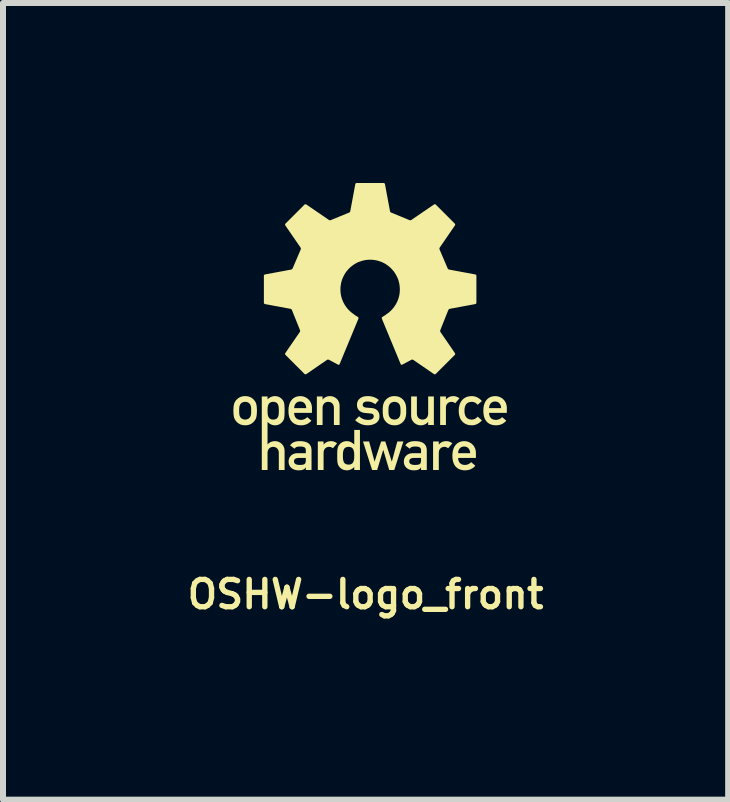
<source format=kicad_pcb>
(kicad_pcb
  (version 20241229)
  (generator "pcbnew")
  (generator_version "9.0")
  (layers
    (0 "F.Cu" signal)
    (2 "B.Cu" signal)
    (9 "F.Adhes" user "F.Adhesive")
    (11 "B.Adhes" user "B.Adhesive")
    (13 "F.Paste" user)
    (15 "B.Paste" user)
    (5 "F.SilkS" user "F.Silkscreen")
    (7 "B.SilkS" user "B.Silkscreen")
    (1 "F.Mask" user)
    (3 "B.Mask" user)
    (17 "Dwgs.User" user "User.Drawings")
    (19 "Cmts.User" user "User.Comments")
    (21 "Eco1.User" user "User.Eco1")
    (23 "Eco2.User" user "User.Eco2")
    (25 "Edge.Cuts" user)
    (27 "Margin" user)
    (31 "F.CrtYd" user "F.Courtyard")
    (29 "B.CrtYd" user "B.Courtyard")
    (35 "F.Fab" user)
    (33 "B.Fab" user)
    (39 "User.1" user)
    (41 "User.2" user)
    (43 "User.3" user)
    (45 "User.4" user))
  (footprint "OSHW-logo_front"
    (layer "F.Cu")
    (at 3.043 1.552)
    (property "Reference" "OSHW-logo_front" (at 0 5.304 0) (unlocked yes) (layer "F.SilkS") (effects (font (size 0.455 0.455) (thickness 0.089))))
    (fp_poly (pts (xy 0.149 3.089) (xy 0.151 3.089) (xy 0.259 2.756) (xy 0.328 2.756) (xy 0.436 3.089) (xy 0.438 3.089) (xy 0.529 2.756) (xy 0.63 2.756) (xy 0.478 3.231) (xy 0.394 3.231) (xy 0.295 2.898) (xy 0.293 2.898) (xy 0.193 3.231) (xy 0.109 3.231) (xy -0.043 2.756) (xy 0.059 2.756)) (stroke (width -0.000001) (type solid)) (fill yes) (layer "F.SilkS"))
    (fp_poly (pts (xy -0.567 2.75) (xy -0.56 2.751) (xy -0.554 2.752) (xy -0.547 2.753) (xy -0.54 2.754) (xy -0.534 2.756) (xy -0.528 2.758) (xy -0.521 2.76) (xy -0.515 2.763) (xy -0.509 2.765) (xy -0.503 2.768) (xy -0.498 2.772) (xy -0.492 2.775) (xy -0.486 2.779) (xy -0.481 2.783) (xy -0.475 2.787) (xy -0.545 2.869) (xy -0.549 2.866) (xy -0.553 2.863) (xy -0.557 2.861) (xy -0.56 2.859) (xy -0.564 2.856) (xy -0.568 2.854) (xy -0.572 2.853) (xy -0.575 2.851) (xy -0.579 2.85) (xy -0.583 2.849) (xy -0.587 2.848) (xy -0.59 2.847) (xy -0.594 2.847) (xy -0.599 2.846) (xy -0.603 2.846) (xy -0.607 2.846) (xy -0.616 2.846) (xy -0.625 2.847) (xy -0.633 2.849) (xy -0.642 2.852) (xy -0.646 2.853) (xy -0.65 2.855) (xy -0.654 2.857) (xy -0.657 2.859) (xy -0.661 2.861) (xy -0.665 2.864) (xy -0.668 2.867) (xy -0.671 2.87) (xy -0.674 2.873) (xy -0.678 2.876) (xy -0.68 2.88) (xy -0.683 2.883) (xy -0.686 2.887) (xy -0.688 2.891) (xy -0.69 2.896) (xy -0.692 2.9) (xy -0.694 2.905) (xy -0.696 2.91) (xy -0.697 2.916) (xy -0.698 2.921) (xy -0.699 2.927) (xy -0.7 2.933) (xy -0.7 2.939) (xy -0.7 2.945) (xy -0.7 3.231) (xy -0.796 3.231) (xy -0.796 2.756) (xy -0.7 2.756) (xy -0.7 2.807) (xy -0.698 2.807) (xy -0.692 2.8) (xy -0.686 2.793) (xy -0.68 2.787) (xy -0.673 2.782) (xy -0.666 2.777) (xy -0.659 2.772) (xy -0.652 2.768) (xy -0.644 2.764) (xy -0.636 2.761) (xy -0.628 2.758) (xy -0.62 2.756) (xy -0.611 2.754) (xy -0.602 2.752) (xy -0.593 2.751) (xy -0.584 2.751) (xy -0.575 2.75)) (stroke (width -0.000001) (type solid)) (fill yes) (layer "F.SilkS"))
    (fp_poly (pts (xy 1.353 2.75) (xy 1.36 2.751) (xy 1.367 2.752) (xy 1.374 2.753) (xy 1.38 2.754) (xy 1.387 2.756) (xy 1.393 2.758) (xy 1.399 2.76) (xy 1.405 2.763) (xy 1.411 2.765) (xy 1.417 2.768) (xy 1.423 2.772) (xy 1.429 2.775) (xy 1.434 2.779) (xy 1.44 2.783) (xy 1.445 2.787) (xy 1.376 2.869) (xy 1.372 2.866) (xy 1.368 2.863) (xy 1.364 2.861) (xy 1.36 2.859) (xy 1.356 2.856) (xy 1.353 2.854) (xy 1.349 2.853) (xy 1.345 2.851) (xy 1.342 2.85) (xy 1.338 2.849) (xy 1.334 2.848) (xy 1.33 2.847) (xy 1.326 2.847) (xy 1.322 2.846) (xy 1.318 2.846) (xy 1.313 2.846) (xy 1.304 2.846) (xy 1.296 2.847) (xy 1.287 2.849) (xy 1.279 2.852) (xy 1.275 2.853) (xy 1.271 2.855) (xy 1.267 2.857) (xy 1.263 2.859) (xy 1.26 2.861) (xy 1.256 2.864) (xy 1.253 2.867) (xy 1.249 2.87) (xy 1.246 2.873) (xy 1.243 2.876) (xy 1.24 2.88) (xy 1.237 2.883) (xy 1.235 2.887) (xy 1.233 2.891) (xy 1.23 2.896) (xy 1.228 2.9) (xy 1.227 2.905) (xy 1.225 2.91) (xy 1.224 2.916) (xy 1.223 2.921) (xy 1.222 2.927) (xy 1.221 2.933) (xy 1.221 2.939) (xy 1.22 2.945) (xy 1.22 3.231) (xy 1.125 3.231) (xy 1.125 2.756) (xy 1.22 2.756) (xy 1.22 2.807) (xy 1.222 2.807) (xy 1.228 2.8) (xy 1.234 2.793) (xy 1.241 2.787) (xy 1.247 2.782) (xy 1.254 2.777) (xy 1.261 2.772) (xy 1.269 2.768) (xy 1.276 2.764) (xy 1.284 2.761) (xy 1.293 2.758) (xy 1.301 2.756) (xy 1.31 2.754) (xy 1.318 2.752) (xy 1.327 2.751) (xy 1.337 2.751) (xy 1.346 2.75)) (stroke (width -0.000001) (type solid)) (fill yes) (layer "F.SilkS"))
    (fp_poly (pts (xy 1.472 2) (xy 1.479 2.001) (xy 1.485 2.001) (xy 1.492 2.002) (xy 1.499 2.004) (xy 1.505 2.006) (xy 1.511 2.008) (xy 1.518 2.01) (xy 1.524 2.012) (xy 1.53 2.015) (xy 1.536 2.018) (xy 1.541 2.021) (xy 1.547 2.025) (xy 1.553 2.028) (xy 1.558 2.032) (xy 1.564 2.036) (xy 1.494 2.119) (xy 1.49 2.116) (xy 1.486 2.113) (xy 1.482 2.11) (xy 1.479 2.108) (xy 1.475 2.106) (xy 1.471 2.104) (xy 1.467 2.102) (xy 1.464 2.101) (xy 1.46 2.1) (xy 1.456 2.098) (xy 1.452 2.098) (xy 1.449 2.097) (xy 1.445 2.096) (xy 1.44 2.096) (xy 1.436 2.096) (xy 1.432 2.096) (xy 1.423 2.096) (xy 1.414 2.097) (xy 1.406 2.099) (xy 1.397 2.101) (xy 1.393 2.103) (xy 1.389 2.105) (xy 1.385 2.107) (xy 1.382 2.109) (xy 1.378 2.111) (xy 1.374 2.114) (xy 1.371 2.116) (xy 1.368 2.119) (xy 1.365 2.122) (xy 1.361 2.126) (xy 1.359 2.129) (xy 1.356 2.133) (xy 1.353 2.137) (xy 1.351 2.141) (xy 1.349 2.145) (xy 1.347 2.15) (xy 1.345 2.155) (xy 1.343 2.16) (xy 1.342 2.165) (xy 1.341 2.171) (xy 1.34 2.176) (xy 1.339 2.182) (xy 1.339 2.188) (xy 1.339 2.195) (xy 1.339 2.481) (xy 1.243 2.481) (xy 1.243 2.006) (xy 1.339 2.006) (xy 1.339 2.056) (xy 1.341 2.056) (xy 1.347 2.049) (xy 1.353 2.043) (xy 1.359 2.037) (xy 1.366 2.032) (xy 1.373 2.026) (xy 1.38 2.022) (xy 1.387 2.018) (xy 1.395 2.014) (xy 1.403 2.011) (xy 1.411 2.008) (xy 1.419 2.005) (xy 1.428 2.003) (xy 1.437 2.002) (xy 1.446 2.001) (xy 1.455 2) (xy 1.464 2)) (stroke (width -0.000001) (type solid)) (fill yes) (layer "F.SilkS"))
    (fp_poly (pts (xy -0.584 2) (xy -0.577 2.001) (xy -0.563 2.003) (xy -0.549 2.006) (xy -0.535 2.011) (xy -0.528 2.013) (xy -0.522 2.016) (xy -0.515 2.02) (xy -0.508 2.024) (xy -0.502 2.028) (xy -0.496 2.032) (xy -0.49 2.037) (xy -0.484 2.042) (xy -0.479 2.047) (xy -0.473 2.053) (xy -0.468 2.059) (xy -0.463 2.065) (xy -0.459 2.072) (xy -0.455 2.079) (xy -0.451 2.086) (xy -0.447 2.094) (xy -0.444 2.101) (xy -0.441 2.11) (xy -0.439 2.118) (xy -0.437 2.127) (xy -0.435 2.136) (xy -0.434 2.145) (xy -0.433 2.155) (xy -0.433 2.165) (xy -0.433 2.481) (xy -0.528 2.481) (xy -0.528 2.198) (xy -0.528 2.192) (xy -0.529 2.186) (xy -0.529 2.18) (xy -0.53 2.175) (xy -0.531 2.169) (xy -0.532 2.164) (xy -0.534 2.159) (xy -0.535 2.154) (xy -0.537 2.15) (xy -0.539 2.145) (xy -0.542 2.141) (xy -0.544 2.137) (xy -0.546 2.133) (xy -0.549 2.129) (xy -0.552 2.126) (xy -0.555 2.122) (xy -0.558 2.119) (xy -0.562 2.116) (xy -0.565 2.113) (xy -0.569 2.111) (xy -0.573 2.108) (xy -0.577 2.106) (xy -0.581 2.104) (xy -0.585 2.102) (xy -0.589 2.101) (xy -0.594 2.099) (xy -0.598 2.098) (xy -0.603 2.097) (xy -0.607 2.097) (xy -0.612 2.096) (xy -0.617 2.096) (xy -0.622 2.096) (xy -0.627 2.096) (xy -0.632 2.096) (xy -0.637 2.097) (xy -0.642 2.097) (xy -0.646 2.098) (xy -0.651 2.099) (xy -0.655 2.101) (xy -0.66 2.102) (xy -0.664 2.104) (xy -0.668 2.106) (xy -0.672 2.108) (xy -0.676 2.111) (xy -0.68 2.113) (xy -0.683 2.116) (xy -0.687 2.119) (xy -0.69 2.122) (xy -0.693 2.126) (xy -0.696 2.129) (xy -0.698 2.133) (xy -0.701 2.137) (xy -0.703 2.141) (xy -0.706 2.145) (xy -0.708 2.15) (xy -0.71 2.154) (xy -0.711 2.159) (xy -0.713 2.164) (xy -0.714 2.169) (xy -0.715 2.175) (xy -0.716 2.18) (xy -0.716 2.186) (xy -0.717 2.192) (xy -0.717 2.198) (xy -0.717 2.481) (xy -0.812 2.481) (xy -0.812 2.006) (xy -0.717 2.006) (xy -0.717 2.056) (xy -0.715 2.056) (xy -0.709 2.049) (xy -0.703 2.043) (xy -0.697 2.037) (xy -0.69 2.032) (xy -0.683 2.026) (xy -0.676 2.022) (xy -0.668 2.018) (xy -0.661 2.014) (xy -0.653 2.011) (xy -0.645 2.008) (xy -0.636 2.005) (xy -0.628 2.003) (xy -0.619 2.002) (xy -0.61 2.001) (xy -0.601 2) (xy -0.591 2)) (stroke (width -0.000001) (type solid)) (fill yes) (layer "F.SilkS"))
    (fp_poly (pts (xy 0.855 2.289) (xy 0.855 2.294) (xy 0.855 2.3) (xy 0.856 2.306) (xy 0.856 2.311) (xy 0.857 2.317) (xy 0.859 2.322) (xy 0.86 2.327) (xy 0.862 2.332) (xy 0.864 2.336) (xy 0.866 2.341) (xy 0.868 2.345) (xy 0.87 2.349) (xy 0.873 2.353) (xy 0.876 2.357) (xy 0.878 2.36) (xy 0.882 2.364) (xy 0.885 2.367) (xy 0.888 2.37) (xy 0.892 2.373) (xy 0.895 2.375) (xy 0.899 2.378) (xy 0.903 2.38) (xy 0.907 2.382) (xy 0.911 2.384) (xy 0.916 2.385) (xy 0.92 2.387) (xy 0.925 2.388) (xy 0.93 2.389) (xy 0.934 2.39) (xy 0.939 2.39) (xy 0.944 2.391) (xy 0.949 2.391) (xy 0.954 2.391) (xy 0.959 2.39) (xy 0.964 2.39) (xy 0.969 2.389) (xy 0.973 2.388) (xy 0.978 2.387) (xy 0.982 2.385) (xy 0.986 2.384) (xy 0.991 2.382) (xy 0.995 2.38) (xy 0.999 2.378) (xy 1.002 2.375) (xy 1.006 2.373) (xy 1.01 2.37) (xy 1.013 2.367) (xy 1.016 2.364) (xy 1.019 2.36) (xy 1.022 2.357) (xy 1.025 2.353) (xy 1.027 2.349) (xy 1.03 2.345) (xy 1.032 2.341) (xy 1.034 2.336) (xy 1.036 2.332) (xy 1.037 2.327) (xy 1.039 2.322) (xy 1.04 2.317) (xy 1.041 2.311) (xy 1.042 2.306) (xy 1.042 2.3) (xy 1.043 2.294) (xy 1.043 2.289) (xy 1.043 2.006) (xy 1.138 2.006) (xy 1.138 2.481) (xy 1.043 2.481) (xy 1.043 2.43) (xy 1.041 2.43) (xy 1.035 2.437) (xy 1.029 2.443) (xy 1.023 2.449) (xy 1.016 2.455) (xy 1.009 2.46) (xy 1.002 2.464) (xy 0.995 2.468) (xy 0.987 2.472) (xy 0.979 2.475) (xy 0.971 2.478) (xy 0.963 2.481) (xy 0.954 2.483) (xy 0.946 2.484) (xy 0.937 2.485) (xy 0.928 2.486) (xy 0.918 2.486) (xy 0.911 2.486) (xy 0.904 2.486) (xy 0.89 2.484) (xy 0.876 2.48) (xy 0.869 2.478) (xy 0.862 2.476) (xy 0.855 2.473) (xy 0.848 2.47) (xy 0.842 2.466) (xy 0.835 2.462) (xy 0.829 2.458) (xy 0.822 2.454) (xy 0.816 2.449) (xy 0.811 2.444) (xy 0.805 2.439) (xy 0.8 2.433) (xy 0.795 2.427) (xy 0.79 2.421) (xy 0.785 2.414) (xy 0.781 2.407) (xy 0.777 2.4) (xy 0.773 2.393) (xy 0.77 2.385) (xy 0.767 2.377) (xy 0.765 2.368) (xy 0.763 2.359) (xy 0.761 2.35) (xy 0.76 2.341) (xy 0.759 2.331) (xy 0.759 2.321) (xy 0.759 2.321) (xy 0.759 2.006) (xy 0.855 2.006)) (stroke (width -0.000001) (type solid)) (fill yes) (layer "F.SilkS"))
    (fp_poly (pts (xy 1.775 2) (xy 1.781 2) (xy 1.788 2.001) (xy 1.794 2.001) (xy 1.807 2.003) (xy 1.819 2.006) (xy 1.831 2.009) (xy 1.843 2.013) (xy 1.854 2.018) (xy 1.865 2.023) (xy 1.875 2.029) (xy 1.885 2.035) (xy 1.895 2.042) (xy 1.905 2.049) (xy 1.914 2.057) (xy 1.922 2.065) (xy 1.931 2.074) (xy 1.938 2.082) (xy 1.868 2.145) (xy 1.864 2.14) (xy 1.859 2.135) (xy 1.854 2.13) (xy 1.849 2.125) (xy 1.843 2.121) (xy 1.838 2.117) (xy 1.832 2.113) (xy 1.826 2.109) (xy 1.82 2.106) (xy 1.813 2.104) (xy 1.807 2.101) (xy 1.8 2.099) (xy 1.793 2.098) (xy 1.786 2.096) (xy 1.779 2.096) (xy 1.772 2.096) (xy 1.757 2.096) (xy 1.744 2.098) (xy 1.738 2.099) (xy 1.731 2.1) (xy 1.725 2.102) (xy 1.72 2.104) (xy 1.714 2.106) (xy 1.709 2.109) (xy 1.703 2.112) (xy 1.698 2.115) (xy 1.694 2.118) (xy 1.689 2.122) (xy 1.685 2.126) (xy 1.681 2.131) (xy 1.677 2.135) (xy 1.673 2.14) (xy 1.67 2.145) (xy 1.667 2.151) (xy 1.664 2.157) (xy 1.661 2.163) (xy 1.659 2.17) (xy 1.656 2.177) (xy 1.654 2.184) (xy 1.653 2.191) (xy 1.651 2.199) (xy 1.65 2.207) (xy 1.649 2.225) (xy 1.648 2.244) (xy 1.648 2.253) (xy 1.649 2.262) (xy 1.649 2.271) (xy 1.65 2.279) (xy 1.651 2.288) (xy 1.653 2.295) (xy 1.654 2.303) (xy 1.656 2.31) (xy 1.659 2.317) (xy 1.661 2.323) (xy 1.664 2.33) (xy 1.667 2.335) (xy 1.67 2.341) (xy 1.673 2.346) (xy 1.677 2.351) (xy 1.681 2.356) (xy 1.685 2.36) (xy 1.689 2.364) (xy 1.694 2.368) (xy 1.698 2.371) (xy 1.703 2.374) (xy 1.709 2.377) (xy 1.714 2.38) (xy 1.72 2.382) (xy 1.725 2.384) (xy 1.731 2.386) (xy 1.738 2.387) (xy 1.744 2.389) (xy 1.751 2.39) (xy 1.757 2.39) (xy 1.764 2.391) (xy 1.772 2.391) (xy 1.775 2.391) (xy 1.779 2.39) (xy 1.783 2.39) (xy 1.786 2.39) (xy 1.793 2.389) (xy 1.8 2.387) (xy 1.807 2.385) (xy 1.813 2.383) (xy 1.82 2.38) (xy 1.826 2.377) (xy 1.832 2.373) (xy 1.838 2.37) (xy 1.843 2.365) (xy 1.849 2.361) (xy 1.854 2.356) (xy 1.859 2.352) (xy 1.864 2.346) (xy 1.868 2.341) (xy 1.938 2.404) (xy 1.931 2.413) (xy 1.922 2.421) (xy 1.914 2.429) (xy 1.905 2.437) (xy 1.895 2.444) (xy 1.885 2.451) (xy 1.875 2.457) (xy 1.865 2.463) (xy 1.854 2.468) (xy 1.843 2.473) (xy 1.831 2.477) (xy 1.819 2.48) (xy 1.807 2.483) (xy 1.794 2.485) (xy 1.781 2.486) (xy 1.768 2.486) (xy 1.747 2.485) (xy 1.727 2.483) (xy 1.707 2.479) (xy 1.688 2.473) (xy 1.679 2.469) (xy 1.669 2.465) (xy 1.66 2.46) (xy 1.652 2.455) (xy 1.643 2.45) (xy 1.635 2.444) (xy 1.627 2.437) (xy 1.619 2.43) (xy 1.612 2.422) (xy 1.605 2.414) (xy 1.598 2.406) (xy 1.592 2.397) (xy 1.586 2.387) (xy 1.58 2.377) (xy 1.575 2.366) (xy 1.571 2.355) (xy 1.567 2.343) (xy 1.563 2.33) (xy 1.56 2.317) (xy 1.557 2.304) (xy 1.555 2.29) (xy 1.554 2.275) (xy 1.553 2.259) (xy 1.552 2.244) (xy 1.553 2.227) (xy 1.554 2.212) (xy 1.555 2.197) (xy 1.557 2.183) (xy 1.56 2.169) (xy 1.563 2.156) (xy 1.567 2.144) (xy 1.571 2.132) (xy 1.575 2.121) (xy 1.58 2.11) (xy 1.586 2.1) (xy 1.592 2.09) (xy 1.598 2.081) (xy 1.605 2.072) (xy 1.612 2.064) (xy 1.619 2.056) (xy 1.627 2.049) (xy 1.635 2.043) (xy 1.643 2.037) (xy 1.652 2.031) (xy 1.66 2.026) (xy 1.669 2.021) (xy 1.679 2.017) (xy 1.688 2.013) (xy 1.698 2.01) (xy 1.707 2.007) (xy 1.717 2.005) (xy 1.727 2.003) (xy 1.737 2.002) (xy 1.747 2.001) (xy 1.768 2)) (stroke (width -0.000001) (type solid)) (fill yes) (layer "F.SilkS"))
    (fp_poly (pts (xy -0.094 3.231) (xy -0.189 3.231) (xy -0.189 3.181) (xy -0.195 3.187) (xy -0.201 3.193) (xy -0.208 3.199) (xy -0.214 3.204) (xy -0.221 3.209) (xy -0.229 3.213) (xy -0.236 3.217) (xy -0.244 3.221) (xy -0.252 3.225) (xy -0.26 3.228) (xy -0.268 3.23) (xy -0.277 3.233) (xy -0.285 3.234) (xy -0.294 3.236) (xy -0.303 3.236) (xy -0.312 3.237) (xy -0.318 3.237) (xy -0.323 3.236) (xy -0.328 3.236) (xy -0.333 3.235) (xy -0.338 3.235) (xy -0.343 3.234) (xy -0.348 3.233) (xy -0.353 3.232) (xy -0.357 3.231) (xy -0.362 3.229) (xy -0.366 3.228) (xy -0.371 3.226) (xy -0.375 3.225) (xy -0.379 3.223) (xy -0.387 3.219) (xy -0.395 3.215) (xy -0.403 3.21) (xy -0.41 3.205) (xy -0.416 3.199) (xy -0.423 3.194) (xy -0.429 3.188) (xy -0.434 3.181) (xy -0.44 3.175) (xy -0.444 3.168) (xy -0.449 3.162) (xy -0.452 3.156) (xy -0.456 3.149) (xy -0.459 3.141) (xy -0.462 3.133) (xy -0.464 3.125) (xy -0.466 3.115) (xy -0.468 3.105) (xy -0.47 3.093) (xy -0.471 3.08) (xy -0.472 3.066) (xy -0.473 3.033) (xy -0.473 2.993) (xy -0.378 2.993) (xy -0.378 3.007) (xy -0.377 3.021) (xy -0.377 3.034) (xy -0.376 3.047) (xy -0.374 3.06) (xy -0.373 3.066) (xy -0.371 3.072) (xy -0.37 3.078) (xy -0.368 3.084) (xy -0.366 3.089) (xy -0.364 3.095) (xy -0.362 3.1) (xy -0.359 3.105) (xy -0.356 3.109) (xy -0.353 3.114) (xy -0.349 3.118) (xy -0.345 3.122) (xy -0.341 3.125) (xy -0.336 3.128) (xy -0.331 3.131) (xy -0.325 3.134) (xy -0.319 3.136) (xy -0.313 3.138) (xy -0.306 3.139) (xy -0.299 3.14) (xy -0.291 3.141) (xy -0.283 3.141) (xy -0.275 3.141) (xy -0.267 3.14) (xy -0.26 3.139) (xy -0.253 3.138) (xy -0.247 3.136) (xy -0.241 3.133) (xy -0.236 3.131) (xy -0.231 3.128) (xy -0.226 3.124) (xy -0.222 3.121) (xy -0.218 3.117) (xy -0.214 3.113) (xy -0.211 3.108) (xy -0.208 3.103) (xy -0.205 3.098) (xy -0.203 3.093) (xy -0.201 3.088) (xy -0.199 3.082) (xy -0.196 3.07) (xy -0.193 3.058) (xy -0.191 3.045) (xy -0.19 3.032) (xy -0.19 3.019) (xy -0.189 2.993) (xy -0.189 2.98) (xy -0.19 2.967) (xy -0.19 2.954) (xy -0.191 2.941) (xy -0.193 2.929) (xy -0.194 2.922) (xy -0.196 2.916) (xy -0.197 2.911) (xy -0.199 2.905) (xy -0.201 2.899) (xy -0.203 2.894) (xy -0.205 2.889) (xy -0.208 2.884) (xy -0.211 2.879) (xy -0.214 2.874) (xy -0.218 2.87) (xy -0.222 2.866) (xy -0.226 2.863) (xy -0.231 2.859) (xy -0.236 2.856) (xy -0.241 2.854) (xy -0.247 2.851) (xy -0.253 2.849) (xy -0.26 2.848) (xy -0.267 2.847) (xy -0.275 2.846) (xy -0.283 2.846) (xy -0.291 2.846) (xy -0.299 2.847) (xy -0.306 2.848) (xy -0.313 2.849) (xy -0.319 2.851) (xy -0.325 2.853) (xy -0.331 2.856) (xy -0.336 2.859) (xy -0.341 2.862) (xy -0.345 2.865) (xy -0.349 2.869) (xy -0.353 2.873) (xy -0.356 2.877) (xy -0.359 2.882) (xy -0.362 2.887) (xy -0.364 2.892) (xy -0.366 2.897) (xy -0.368 2.903) (xy -0.371 2.914) (xy -0.374 2.927) (xy -0.376 2.939) (xy -0.377 2.952) (xy -0.377 2.966) (xy -0.378 2.993) (xy -0.473 2.993) (xy -0.473 2.972) (xy -0.473 2.953) (xy -0.472 2.936) (xy -0.472 2.92) (xy -0.471 2.906) (xy -0.47 2.894) (xy -0.468 2.882) (xy -0.466 2.872) (xy -0.464 2.862) (xy -0.463 2.858) (xy -0.462 2.854) (xy -0.46 2.85) (xy -0.459 2.846) (xy -0.457 2.842) (xy -0.456 2.838) (xy -0.452 2.831) (xy -0.449 2.825) (xy -0.444 2.818) (xy -0.44 2.812) (xy -0.434 2.806) (xy -0.429 2.799) (xy -0.423 2.793) (xy -0.416 2.787) (xy -0.41 2.782) (xy -0.403 2.777) (xy -0.395 2.772) (xy -0.387 2.768) (xy -0.379 2.764) (xy -0.371 2.76) (xy -0.362 2.757) (xy -0.353 2.755) (xy -0.343 2.753) (xy -0.333 2.752) (xy -0.323 2.751) (xy -0.312 2.75) (xy -0.303 2.751) (xy -0.294 2.751) (xy -0.286 2.753) (xy -0.277 2.754) (xy -0.269 2.757) (xy -0.261 2.759) (xy -0.253 2.762) (xy -0.246 2.766) (xy -0.238 2.77) (xy -0.231 2.774) (xy -0.224 2.779) (xy -0.217 2.784) (xy -0.21 2.789) (xy -0.203 2.794) (xy -0.196 2.8) (xy -0.189 2.807) (xy -0.189 2.564) (xy -0.094 2.564)) (stroke (width -0.000001) (type solid)) (fill yes) (layer "F.SilkS"))
    (fp_poly (pts (xy -1.08 2) (xy -1.07 2.001) (xy -1.061 2.002) (xy -1.051 2.003) (xy -1.042 2.005) (xy -1.033 2.008) (xy -1.024 2.011) (xy -1.015 2.014) (xy -1.006 2.018) (xy -0.998 2.022) (xy -0.99 2.026) (xy -0.982 2.031) (xy -0.974 2.036) (xy -0.966 2.042) (xy -0.959 2.048) (xy -0.952 2.054) (xy -0.946 2.061) (xy -0.94 2.068) (xy -0.934 2.075) (xy -0.928 2.083) (xy -0.923 2.091) (xy -0.918 2.1) (xy -0.914 2.108) (xy -0.91 2.117) (xy -0.906 2.127) (xy -0.903 2.136) (xy -0.9 2.146) (xy -0.898 2.157) (xy -0.896 2.167) (xy -0.895 2.178) (xy -0.894 2.189) (xy -0.894 2.2) (xy -0.894 2.279) (xy -1.19 2.279) (xy -1.19 2.286) (xy -1.189 2.293) (xy -1.189 2.3) (xy -1.188 2.307) (xy -1.187 2.313) (xy -1.185 2.319) (xy -1.183 2.325) (xy -1.181 2.33) (xy -1.179 2.336) (xy -1.177 2.341) (xy -1.174 2.346) (xy -1.171 2.35) (xy -1.168 2.355) (xy -1.165 2.359) (xy -1.162 2.363) (xy -1.158 2.367) (xy -1.154 2.37) (xy -1.15 2.374) (xy -1.146 2.377) (xy -1.141 2.38) (xy -1.137 2.382) (xy -1.132 2.385) (xy -1.127 2.387) (xy -1.122 2.389) (xy -1.117 2.391) (xy -1.111 2.392) (xy -1.106 2.393) (xy -1.1 2.394) (xy -1.094 2.395) (xy -1.089 2.396) (xy -1.083 2.396) (xy -1.077 2.396) (xy -1.07 2.396) (xy -1.063 2.396) (xy -1.056 2.395) (xy -1.049 2.393) (xy -1.042 2.392) (xy -1.035 2.389) (xy -1.028 2.387) (xy -1.021 2.384) (xy -1.015 2.381) (xy -1.008 2.378) (xy -1.002 2.374) (xy -0.996 2.37) (xy -0.989 2.365) (xy -0.984 2.361) (xy -0.978 2.356) (xy -0.973 2.35) (xy -0.903 2.409) (xy -0.912 2.419) (xy -0.921 2.428) (xy -0.931 2.437) (xy -0.941 2.444) (xy -0.951 2.451) (xy -0.961 2.458) (xy -0.972 2.463) (xy -0.983 2.468) (xy -0.994 2.473) (xy -1.005 2.476) (xy -1.016 2.479) (xy -1.028 2.482) (xy -1.039 2.484) (xy -1.051 2.485) (xy -1.063 2.486) (xy -1.075 2.486) (xy -1.093 2.486) (xy -1.112 2.484) (xy -1.13 2.481) (xy -1.149 2.476) (xy -1.167 2.469) (xy -1.176 2.466) (xy -1.184 2.461) (xy -1.193 2.456) (xy -1.201 2.451) (xy -1.209 2.445) (xy -1.217 2.438) (xy -1.224 2.431) (xy -1.231 2.424) (xy -1.238 2.415) (xy -1.244 2.407) (xy -1.251 2.397) (xy -1.256 2.387) (xy -1.261 2.376) (xy -1.266 2.364) (xy -1.271 2.352) (xy -1.274 2.339) (xy -1.278 2.325) (xy -1.28 2.311) (xy -1.283 2.295) (xy -1.284 2.279) (xy -1.285 2.262) (xy -1.285 2.244) (xy -1.285 2.228) (xy -1.284 2.211) (xy -1.283 2.2) (xy -1.19 2.2) (xy -0.989 2.2) (xy -0.99 2.194) (xy -0.99 2.187) (xy -0.991 2.181) (xy -0.992 2.175) (xy -0.993 2.169) (xy -0.995 2.163) (xy -0.997 2.158) (xy -0.998 2.153) (xy -1 2.148) (xy -1.003 2.143) (xy -1.005 2.138) (xy -1.008 2.134) (xy -1.01 2.13) (xy -1.013 2.126) (xy -1.016 2.122) (xy -1.019 2.118) (xy -1.023 2.115) (xy -1.026 2.112) (xy -1.03 2.109) (xy -1.034 2.106) (xy -1.038 2.103) (xy -1.042 2.101) (xy -1.046 2.099) (xy -1.051 2.097) (xy -1.055 2.095) (xy -1.06 2.094) (xy -1.064 2.093) (xy -1.069 2.092) (xy -1.074 2.091) (xy -1.079 2.09) (xy -1.084 2.09) (xy -1.09 2.09) (xy -1.095 2.09) (xy -1.1 2.09) (xy -1.105 2.091) (xy -1.11 2.092) (xy -1.115 2.093) (xy -1.12 2.094) (xy -1.124 2.095) (xy -1.129 2.097) (xy -1.133 2.099) (xy -1.137 2.101) (xy -1.142 2.103) (xy -1.146 2.106) (xy -1.149 2.109) (xy -1.153 2.112) (xy -1.157 2.115) (xy -1.16 2.118) (xy -1.163 2.122) (xy -1.167 2.126) (xy -1.169 2.13) (xy -1.172 2.134) (xy -1.175 2.138) (xy -1.177 2.143) (xy -1.179 2.148) (xy -1.181 2.153) (xy -1.183 2.158) (xy -1.185 2.163) (xy -1.186 2.169) (xy -1.187 2.175) (xy -1.188 2.181) (xy -1.189 2.187) (xy -1.19 2.194) (xy -1.19 2.2) (xy -1.283 2.2) (xy -1.283 2.196) (xy -1.281 2.181) (xy -1.278 2.167) (xy -1.275 2.153) (xy -1.272 2.141) (xy -1.268 2.128) (xy -1.263 2.117) (xy -1.259 2.106) (xy -1.253 2.096) (xy -1.248 2.086) (xy -1.242 2.077) (xy -1.236 2.068) (xy -1.229 2.06) (xy -1.222 2.053) (xy -1.215 2.046) (xy -1.207 2.04) (xy -1.2 2.034) (xy -1.192 2.029) (xy -1.184 2.024) (xy -1.176 2.019) (xy -1.167 2.016) (xy -1.159 2.012) (xy -1.15 2.009) (xy -1.142 2.007) (xy -1.133 2.005) (xy -1.124 2.003) (xy -1.107 2.001) (xy -1.09 2)) (stroke (width -0.000001) (type solid)) (fill yes) (layer "F.SilkS"))
    (fp_poly (pts (xy 1.653 2.751) (xy 1.662 2.751) (xy 1.672 2.752) (xy 1.682 2.754) (xy 1.691 2.756) (xy 1.7 2.758) (xy 1.709 2.761) (xy 1.718 2.764) (xy 1.726 2.768) (xy 1.735 2.772) (xy 1.743 2.777) (xy 1.751 2.781) (xy 1.759 2.787) (xy 1.766 2.792) (xy 1.773 2.798) (xy 1.78 2.805) (xy 1.787 2.811) (xy 1.793 2.818) (xy 1.799 2.826) (xy 1.804 2.833) (xy 1.81 2.841) (xy 1.814 2.85) (xy 1.819 2.859) (xy 1.823 2.868) (xy 1.827 2.877) (xy 1.83 2.887) (xy 1.832 2.897) (xy 1.835 2.907) (xy 1.836 2.917) (xy 1.838 2.928) (xy 1.838 2.939) (xy 1.839 2.951) (xy 1.839 3.03) (xy 1.543 3.03) (xy 1.543 3.037) (xy 1.543 3.044) (xy 1.544 3.05) (xy 1.545 3.057) (xy 1.546 3.063) (xy 1.548 3.069) (xy 1.549 3.075) (xy 1.551 3.081) (xy 1.553 3.086) (xy 1.556 3.091) (xy 1.558 3.096) (xy 1.561 3.101) (xy 1.564 3.105) (xy 1.568 3.109) (xy 1.571 3.113) (xy 1.575 3.117) (xy 1.579 3.121) (xy 1.583 3.124) (xy 1.587 3.127) (xy 1.591 3.13) (xy 1.596 3.133) (xy 1.601 3.135) (xy 1.606 3.137) (xy 1.611 3.139) (xy 1.616 3.141) (xy 1.621 3.143) (xy 1.627 3.144) (xy 1.632 3.145) (xy 1.638 3.146) (xy 1.644 3.146) (xy 1.65 3.147) (xy 1.656 3.147) (xy 1.663 3.146) (xy 1.67 3.146) (xy 1.677 3.145) (xy 1.684 3.144) (xy 1.691 3.142) (xy 1.698 3.14) (xy 1.704 3.137) (xy 1.711 3.135) (xy 1.718 3.132) (xy 1.724 3.128) (xy 1.731 3.124) (xy 1.737 3.12) (xy 1.743 3.116) (xy 1.749 3.111) (xy 1.755 3.106) (xy 1.76 3.101) (xy 1.829 3.16) (xy 1.82 3.17) (xy 1.811 3.179) (xy 1.802 3.187) (xy 1.792 3.195) (xy 1.782 3.202) (xy 1.771 3.208) (xy 1.761 3.214) (xy 1.75 3.219) (xy 1.739 3.223) (xy 1.728 3.227) (xy 1.717 3.23) (xy 1.705 3.232) (xy 1.693 3.234) (xy 1.682 3.236) (xy 1.67 3.236) (xy 1.658 3.237) (xy 1.64 3.236) (xy 1.621 3.234) (xy 1.602 3.231) (xy 1.584 3.226) (xy 1.566 3.22) (xy 1.557 3.216) (xy 1.548 3.212) (xy 1.54 3.207) (xy 1.532 3.201) (xy 1.524 3.195) (xy 1.516 3.189) (xy 1.509 3.182) (xy 1.501 3.174) (xy 1.495 3.166) (xy 1.488 3.157) (xy 1.482 3.147) (xy 1.476 3.137) (xy 1.471 3.126) (xy 1.466 3.115) (xy 1.462 3.103) (xy 1.458 3.09) (xy 1.455 3.076) (xy 1.452 3.061) (xy 1.45 3.046) (xy 1.448 3.03) (xy 1.447 3.013) (xy 1.447 2.995) (xy 1.447 2.978) (xy 1.448 2.962) (xy 1.449 2.951) (xy 1.543 2.951) (xy 1.743 2.951) (xy 1.743 2.944) (xy 1.742 2.938) (xy 1.741 2.931) (xy 1.74 2.925) (xy 1.739 2.919) (xy 1.738 2.914) (xy 1.736 2.908) (xy 1.734 2.903) (xy 1.732 2.898) (xy 1.73 2.893) (xy 1.728 2.889) (xy 1.725 2.884) (xy 1.722 2.88) (xy 1.719 2.876) (xy 1.716 2.872) (xy 1.713 2.868) (xy 1.71 2.865) (xy 1.706 2.862) (xy 1.703 2.859) (xy 1.699 2.856) (xy 1.695 2.854) (xy 1.691 2.851) (xy 1.686 2.849) (xy 1.682 2.847) (xy 1.677 2.846) (xy 1.673 2.844) (xy 1.668 2.843) (xy 1.663 2.842) (xy 1.658 2.841) (xy 1.653 2.841) (xy 1.648 2.84) (xy 1.643 2.84) (xy 1.638 2.84) (xy 1.633 2.841) (xy 1.628 2.841) (xy 1.623 2.842) (xy 1.618 2.843) (xy 1.613 2.844) (xy 1.608 2.846) (xy 1.604 2.847) (xy 1.599 2.849) (xy 1.595 2.851) (xy 1.591 2.854) (xy 1.587 2.856) (xy 1.583 2.859) (xy 1.579 2.862) (xy 1.576 2.865) (xy 1.572 2.868) (xy 1.569 2.872) (xy 1.566 2.876) (xy 1.563 2.88) (xy 1.56 2.884) (xy 1.558 2.889) (xy 1.555 2.893) (xy 1.553 2.898) (xy 1.551 2.903) (xy 1.549 2.908) (xy 1.548 2.914) (xy 1.546 2.919) (xy 1.545 2.925) (xy 1.544 2.931) (xy 1.544 2.938) (xy 1.543 2.944) (xy 1.543 2.951) (xy 1.449 2.951) (xy 1.45 2.946) (xy 1.452 2.931) (xy 1.454 2.917) (xy 1.457 2.904) (xy 1.461 2.891) (xy 1.465 2.879) (xy 1.469 2.867) (xy 1.474 2.856) (xy 1.479 2.846) (xy 1.485 2.836) (xy 1.491 2.827) (xy 1.497 2.819) (xy 1.504 2.811) (xy 1.511 2.803) (xy 1.518 2.796) (xy 1.525 2.79) (xy 1.533 2.784) (xy 1.541 2.779) (xy 1.549 2.774) (xy 1.557 2.77) (xy 1.565 2.766) (xy 1.574 2.763) (xy 1.582 2.76) (xy 1.591 2.757) (xy 1.599 2.755) (xy 1.608 2.753) (xy 1.626 2.751) (xy 1.643 2.75)) (stroke (width -0.000001) (type solid)) (fill yes) (layer "F.SilkS"))
    (fp_poly (pts (xy 2.168 2) (xy 2.178 2.001) (xy 2.188 2.002) (xy 2.197 2.003) (xy 2.206 2.005) (xy 2.216 2.008) (xy 2.225 2.011) (xy 2.233 2.014) (xy 2.242 2.018) (xy 2.25 2.022) (xy 2.259 2.026) (xy 2.267 2.031) (xy 2.274 2.036) (xy 2.282 2.042) (xy 2.289 2.048) (xy 2.296 2.054) (xy 2.302 2.061) (xy 2.309 2.068) (xy 2.315 2.075) (xy 2.32 2.083) (xy 2.325 2.091) (xy 2.33 2.1) (xy 2.335 2.108) (xy 2.339 2.117) (xy 2.342 2.127) (xy 2.345 2.136) (xy 2.348 2.146) (xy 2.35 2.157) (xy 2.352 2.167) (xy 2.353 2.178) (xy 2.354 2.189) (xy 2.354 2.2) (xy 2.354 2.279) (xy 2.058 2.279) (xy 2.058 2.286) (xy 2.059 2.293) (xy 2.06 2.3) (xy 2.061 2.307) (xy 2.062 2.313) (xy 2.063 2.319) (xy 2.065 2.325) (xy 2.067 2.33) (xy 2.069 2.336) (xy 2.071 2.341) (xy 2.074 2.346) (xy 2.077 2.35) (xy 2.08 2.355) (xy 2.083 2.359) (xy 2.087 2.363) (xy 2.09 2.367) (xy 2.094 2.37) (xy 2.098 2.374) (xy 2.103 2.377) (xy 2.107 2.38) (xy 2.112 2.382) (xy 2.116 2.385) (xy 2.121 2.387) (xy 2.126 2.389) (xy 2.132 2.391) (xy 2.137 2.392) (xy 2.142 2.393) (xy 2.148 2.394) (xy 2.154 2.395) (xy 2.16 2.396) (xy 2.166 2.396) (xy 2.172 2.396) (xy 2.179 2.396) (xy 2.186 2.396) (xy 2.192 2.395) (xy 2.199 2.393) (xy 2.206 2.392) (xy 2.213 2.389) (xy 2.22 2.387) (xy 2.227 2.384) (xy 2.234 2.381) (xy 2.24 2.378) (xy 2.246 2.374) (xy 2.253 2.37) (xy 2.259 2.365) (xy 2.265 2.361) (xy 2.27 2.356) (xy 2.276 2.35) (xy 2.345 2.409) (xy 2.336 2.419) (xy 2.327 2.428) (xy 2.317 2.437) (xy 2.307 2.444) (xy 2.297 2.451) (xy 2.287 2.458) (xy 2.276 2.463) (xy 2.266 2.468) (xy 2.255 2.473) (xy 2.243 2.476) (xy 2.232 2.479) (xy 2.221 2.482) (xy 2.209 2.484) (xy 2.197 2.485) (xy 2.186 2.486) (xy 2.174 2.486) (xy 2.155 2.486) (xy 2.137 2.484) (xy 2.118 2.481) (xy 2.1 2.476) (xy 2.081 2.469) (xy 2.073 2.466) (xy 2.064 2.461) (xy 2.056 2.456) (xy 2.047 2.451) (xy 2.039 2.445) (xy 2.032 2.438) (xy 2.024 2.431) (xy 2.017 2.424) (xy 2.01 2.415) (xy 2.004 2.407) (xy 1.998 2.397) (xy 1.992 2.387) (xy 1.987 2.376) (xy 1.982 2.364) (xy 1.978 2.352) (xy 1.974 2.339) (xy 1.971 2.325) (xy 1.968 2.311) (xy 1.966 2.295) (xy 1.964 2.279) (xy 1.963 2.262) (xy 1.963 2.244) (xy 1.963 2.228) (xy 1.964 2.211) (xy 1.965 2.2) (xy 2.058 2.2) (xy 2.259 2.2) (xy 2.258 2.194) (xy 2.258 2.187) (xy 2.257 2.181) (xy 2.256 2.175) (xy 2.255 2.169) (xy 2.253 2.163) (xy 2.252 2.158) (xy 2.25 2.153) (xy 2.248 2.148) (xy 2.246 2.143) (xy 2.243 2.138) (xy 2.241 2.134) (xy 2.238 2.13) (xy 2.235 2.126) (xy 2.232 2.122) (xy 2.229 2.118) (xy 2.225 2.115) (xy 2.222 2.112) (xy 2.218 2.109) (xy 2.214 2.106) (xy 2.21 2.103) (xy 2.206 2.101) (xy 2.202 2.099) (xy 2.198 2.097) (xy 2.193 2.095) (xy 2.188 2.094) (xy 2.184 2.093) (xy 2.179 2.092) (xy 2.174 2.091) (xy 2.169 2.09) (xy 2.164 2.09) (xy 2.159 2.09) (xy 2.153 2.09) (xy 2.148 2.09) (xy 2.143 2.091) (xy 2.138 2.092) (xy 2.133 2.093) (xy 2.129 2.094) (xy 2.124 2.095) (xy 2.119 2.097) (xy 2.115 2.099) (xy 2.111 2.101) (xy 2.107 2.103) (xy 2.103 2.106) (xy 2.099 2.109) (xy 2.095 2.112) (xy 2.091 2.115) (xy 2.088 2.118) (xy 2.085 2.122) (xy 2.082 2.126) (xy 2.079 2.13) (xy 2.076 2.134) (xy 2.073 2.138) (xy 2.071 2.143) (xy 2.069 2.148) (xy 2.067 2.153) (xy 2.065 2.158) (xy 2.063 2.163) (xy 2.062 2.169) (xy 2.061 2.175) (xy 2.06 2.181) (xy 2.059 2.187) (xy 2.059 2.194) (xy 2.058 2.2) (xy 1.965 2.2) (xy 1.965 2.196) (xy 1.967 2.181) (xy 1.97 2.167) (xy 1.973 2.153) (xy 1.976 2.141) (xy 1.98 2.128) (xy 1.985 2.117) (xy 1.99 2.106) (xy 1.995 2.096) (xy 2 2.086) (xy 2.006 2.077) (xy 2.013 2.068) (xy 2.019 2.06) (xy 2.026 2.053) (xy 2.033 2.046) (xy 2.041 2.04) (xy 2.048 2.034) (xy 2.056 2.029) (xy 2.064 2.024) (xy 2.072 2.019) (xy 2.081 2.016) (xy 2.089 2.012) (xy 2.098 2.009) (xy 2.106 2.007) (xy 2.115 2.005) (xy 2.124 2.003) (xy 2.141 2.001) (xy 2.159 2)) (stroke (width -0.000001) (type solid)) (fill yes) (layer "F.SilkS"))
    (fp_poly (pts (xy -1.077 2.751) (xy -1.056 2.752) (xy -1.037 2.755) (xy -1.027 2.756) (xy -1.018 2.758) (xy -1.009 2.761) (xy -1.001 2.763) (xy -0.992 2.766) (xy -0.984 2.769) (xy -0.977 2.772) (xy -0.969 2.776) (xy -0.962 2.78) (xy -0.956 2.785) (xy -0.949 2.789) (xy -0.943 2.795) (xy -0.938 2.8) (xy -0.932 2.806) (xy -0.927 2.812) (xy -0.923 2.819) (xy -0.919 2.826) (xy -0.915 2.833) (xy -0.912 2.841) (xy -0.909 2.849) (xy -0.906 2.857) (xy -0.904 2.866) (xy -0.903 2.876) (xy -0.902 2.886) (xy -0.901 2.896) (xy -0.901 2.907) (xy -0.901 3.231) (xy -0.996 3.231) (xy -0.996 3.189) (xy -0.998 3.189) (xy -1.002 3.195) (xy -1.006 3.2) (xy -1.011 3.205) (xy -1.016 3.21) (xy -1.021 3.214) (xy -1.027 3.218) (xy -1.033 3.222) (xy -1.04 3.225) (xy -1.047 3.228) (xy -1.055 3.23) (xy -1.063 3.232) (xy -1.072 3.234) (xy -1.082 3.235) (xy -1.092 3.236) (xy -1.104 3.236) (xy -1.115 3.237) (xy -1.125 3.236) (xy -1.135 3.236) (xy -1.144 3.235) (xy -1.153 3.234) (xy -1.162 3.232) (xy -1.17 3.23) (xy -1.178 3.228) (xy -1.186 3.226) (xy -1.194 3.223) (xy -1.201 3.22) (xy -1.208 3.216) (xy -1.215 3.212) (xy -1.221 3.208) (xy -1.227 3.204) (xy -1.233 3.2) (xy -1.239 3.195) (xy -1.244 3.19) (xy -1.249 3.185) (xy -1.254 3.179) (xy -1.258 3.174) (xy -1.262 3.168) (xy -1.265 3.162) (xy -1.269 3.155) (xy -1.272 3.149) (xy -1.274 3.142) (xy -1.277 3.135) (xy -1.279 3.128) (xy -1.28 3.121) (xy -1.281 3.114) (xy -1.282 3.107) (xy -1.283 3.099) (xy -1.283 3.091) (xy -1.283 3.087) (xy -1.193 3.087) (xy -1.193 3.093) (xy -1.192 3.098) (xy -1.19 3.104) (xy -1.188 3.11) (xy -1.187 3.112) (xy -1.185 3.115) (xy -1.184 3.117) (xy -1.182 3.12) (xy -1.18 3.122) (xy -1.177 3.124) (xy -1.175 3.127) (xy -1.172 3.129) (xy -1.17 3.131) (xy -1.167 3.133) (xy -1.163 3.134) (xy -1.16 3.136) (xy -1.156 3.138) (xy -1.153 3.139) (xy -1.149 3.141) (xy -1.144 3.142) (xy -1.135 3.144) (xy -1.126 3.145) (xy -1.115 3.146) (xy -1.103 3.147) (xy -1.089 3.147) (xy -1.076 3.146) (xy -1.064 3.145) (xy -1.053 3.144) (xy -1.048 3.143) (xy -1.043 3.142) (xy -1.039 3.141) (xy -1.034 3.14) (xy -1.03 3.139) (xy -1.027 3.137) (xy -1.023 3.135) (xy -1.02 3.133) (xy -1.017 3.131) (xy -1.014 3.128) (xy -1.011 3.126) (xy -1.009 3.123) (xy -1.007 3.12) (xy -1.005 3.116) (xy -1.003 3.112) (xy -1.002 3.108) (xy -1 3.104) (xy -0.999 3.099) (xy -0.998 3.094) (xy -0.998 3.089) (xy -0.997 3.083) (xy -0.997 3.077) (xy -0.996 3.071) (xy -0.996 3.064) (xy -0.996 3.03) (xy -1.111 3.03) (xy -1.116 3.03) (xy -1.121 3.03) (xy -1.126 3.03) (xy -1.13 3.031) (xy -1.135 3.031) (xy -1.139 3.032) (xy -1.143 3.033) (xy -1.147 3.034) (xy -1.151 3.035) (xy -1.155 3.036) (xy -1.158 3.037) (xy -1.161 3.038) (xy -1.165 3.04) (xy -1.167 3.042) (xy -1.17 3.043) (xy -1.173 3.045) (xy -1.175 3.047) (xy -1.178 3.049) (xy -1.18 3.051) (xy -1.182 3.053) (xy -1.184 3.056) (xy -1.185 3.058) (xy -1.187 3.061) (xy -1.188 3.063) (xy -1.189 3.066) (xy -1.19 3.069) (xy -1.191 3.071) (xy -1.192 3.074) (xy -1.192 3.077) (xy -1.193 3.08) (xy -1.193 3.083) (xy -1.193 3.087) (xy -1.283 3.087) (xy -1.283 3.084) (xy -1.282 3.077) (xy -1.282 3.07) (xy -1.281 3.064) (xy -1.279 3.057) (xy -1.277 3.05) (xy -1.276 3.044) (xy -1.273 3.037) (xy -1.271 3.031) (xy -1.268 3.025) (xy -1.265 3.019) (xy -1.261 3.014) (xy -1.257 3.008) (xy -1.253 3.003) (xy -1.249 2.998) (xy -1.244 2.993) (xy -1.239 2.988) (xy -1.234 2.983) (xy -1.228 2.979) (xy -1.222 2.975) (xy -1.216 2.972) (xy -1.21 2.968) (xy -1.203 2.965) (xy -1.196 2.962) (xy -1.188 2.96) (xy -1.181 2.957) (xy -1.173 2.955) (xy -1.164 2.954) (xy -1.156 2.952) (xy -1.147 2.952) (xy -1.138 2.951) (xy -1.128 2.951) (xy -0.996 2.951) (xy -0.996 2.901) (xy -0.997 2.893) (xy -0.997 2.889) (xy -0.998 2.886) (xy -0.998 2.882) (xy -0.999 2.879) (xy -1.001 2.876) (xy -1.002 2.873) (xy -1.003 2.87) (xy -1.005 2.867) (xy -1.007 2.865) (xy -1.009 2.862) (xy -1.011 2.86) (xy -1.014 2.858) (xy -1.016 2.856) (xy -1.019 2.854) (xy -1.022 2.852) (xy -1.026 2.85) (xy -1.033 2.848) (xy -1.041 2.845) (xy -1.05 2.843) (xy -1.059 2.842) (xy -1.07 2.841) (xy -1.081 2.84) (xy -1.094 2.84) (xy -1.103 2.84) (xy -1.111 2.841) (xy -1.119 2.841) (xy -1.126 2.842) (xy -1.13 2.843) (xy -1.133 2.843) (xy -1.136 2.844) (xy -1.14 2.845) (xy -1.143 2.845) (xy -1.145 2.846) (xy -1.148 2.847) (xy -1.151 2.848) (xy -1.154 2.849) (xy -1.156 2.851) (xy -1.159 2.852) (xy -1.161 2.853) (xy -1.163 2.855) (xy -1.165 2.856) (xy -1.167 2.858) (xy -1.169 2.86) (xy -1.171 2.861) (xy -1.173 2.863) (xy -1.175 2.865) (xy -1.177 2.867) (xy -1.179 2.87) (xy -1.18 2.872) (xy -1.182 2.874) (xy -1.184 2.877) (xy -1.259 2.82) (xy -1.252 2.811) (xy -1.244 2.802) (xy -1.236 2.794) (xy -1.228 2.787) (xy -1.22 2.781) (xy -1.211 2.775) (xy -1.201 2.77) (xy -1.192 2.766) (xy -1.181 2.762) (xy -1.171 2.759) (xy -1.16 2.756) (xy -1.148 2.754) (xy -1.137 2.752) (xy -1.124 2.751) (xy -1.112 2.751) (xy -1.098 2.75)) (stroke (width -0.000001) (type solid)) (fill yes) (layer "F.SilkS"))
    (fp_poly (pts (xy 0.844 2.751) (xy 0.864 2.752) (xy 0.884 2.755) (xy 0.893 2.756) (xy 0.902 2.758) (xy 0.911 2.761) (xy 0.92 2.763) (xy 0.928 2.766) (xy 0.936 2.769) (xy 0.944 2.772) (xy 0.951 2.776) (xy 0.958 2.78) (xy 0.965 2.785) (xy 0.971 2.789) (xy 0.977 2.795) (xy 0.983 2.8) (xy 0.988 2.806) (xy 0.993 2.812) (xy 0.998 2.819) (xy 1.002 2.826) (xy 1.005 2.833) (xy 1.009 2.841) (xy 1.012 2.849) (xy 1.014 2.857) (xy 1.016 2.866) (xy 1.018 2.876) (xy 1.019 2.886) (xy 1.02 2.896) (xy 1.02 2.907) (xy 1.02 3.231) (xy 0.924 3.231) (xy 0.924 3.189) (xy 0.922 3.189) (xy 0.919 3.195) (xy 0.914 3.2) (xy 0.91 3.205) (xy 0.905 3.21) (xy 0.9 3.214) (xy 0.894 3.218) (xy 0.887 3.222) (xy 0.881 3.225) (xy 0.873 3.228) (xy 0.866 3.23) (xy 0.857 3.232) (xy 0.848 3.234) (xy 0.838 3.235) (xy 0.828 3.236) (xy 0.817 3.236) (xy 0.805 3.237) (xy 0.795 3.236) (xy 0.786 3.236) (xy 0.777 3.235) (xy 0.768 3.234) (xy 0.759 3.232) (xy 0.75 3.23) (xy 0.742 3.228) (xy 0.734 3.226) (xy 0.727 3.223) (xy 0.719 3.22) (xy 0.712 3.216) (xy 0.706 3.212) (xy 0.699 3.208) (xy 0.693 3.204) (xy 0.687 3.2) (xy 0.682 3.195) (xy 0.676 3.19) (xy 0.672 3.185) (xy 0.667 3.179) (xy 0.663 3.174) (xy 0.659 3.168) (xy 0.655 3.162) (xy 0.652 3.155) (xy 0.649 3.149) (xy 0.646 3.142) (xy 0.644 3.135) (xy 0.642 3.128) (xy 0.64 3.121) (xy 0.639 3.114) (xy 0.638 3.107) (xy 0.638 3.099) (xy 0.638 3.091) (xy 0.638 3.087) (xy 0.728 3.087) (xy 0.728 3.093) (xy 0.729 3.098) (xy 0.73 3.104) (xy 0.733 3.11) (xy 0.734 3.112) (xy 0.735 3.115) (xy 0.737 3.117) (xy 0.739 3.12) (xy 0.741 3.122) (xy 0.743 3.124) (xy 0.746 3.127) (xy 0.748 3.129) (xy 0.751 3.131) (xy 0.754 3.133) (xy 0.757 3.134) (xy 0.761 3.136) (xy 0.764 3.138) (xy 0.768 3.139) (xy 0.772 3.141) (xy 0.776 3.142) (xy 0.785 3.144) (xy 0.795 3.145) (xy 0.806 3.146) (xy 0.817 3.147) (xy 0.832 3.147) (xy 0.845 3.146) (xy 0.857 3.145) (xy 0.868 3.144) (xy 0.873 3.143) (xy 0.878 3.142) (xy 0.882 3.141) (xy 0.886 3.14) (xy 0.89 3.139) (xy 0.894 3.137) (xy 0.898 3.135) (xy 0.901 3.133) (xy 0.904 3.131) (xy 0.907 3.128) (xy 0.909 3.126) (xy 0.912 3.123) (xy 0.914 3.12) (xy 0.916 3.116) (xy 0.917 3.112) (xy 0.919 3.108) (xy 0.92 3.104) (xy 0.921 3.099) (xy 0.922 3.094) (xy 0.923 3.089) (xy 0.924 3.083) (xy 0.924 3.077) (xy 0.924 3.071) (xy 0.924 3.064) (xy 0.924 3.03) (xy 0.81 3.03) (xy 0.805 3.03) (xy 0.8 3.03) (xy 0.795 3.03) (xy 0.79 3.031) (xy 0.786 3.031) (xy 0.782 3.032) (xy 0.777 3.033) (xy 0.773 3.034) (xy 0.77 3.035) (xy 0.766 3.036) (xy 0.763 3.037) (xy 0.759 3.038) (xy 0.756 3.04) (xy 0.753 3.042) (xy 0.75 3.043) (xy 0.748 3.045) (xy 0.745 3.047) (xy 0.743 3.049) (xy 0.741 3.051) (xy 0.739 3.053) (xy 0.737 3.056) (xy 0.735 3.058) (xy 0.734 3.061) (xy 0.733 3.063) (xy 0.731 3.066) (xy 0.73 3.069) (xy 0.729 3.071) (xy 0.729 3.074) (xy 0.728 3.077) (xy 0.728 3.08) (xy 0.728 3.083) (xy 0.728 3.087) (xy 0.638 3.087) (xy 0.638 3.084) (xy 0.638 3.077) (xy 0.639 3.07) (xy 0.64 3.064) (xy 0.641 3.057) (xy 0.643 3.05) (xy 0.645 3.044) (xy 0.647 3.037) (xy 0.65 3.031) (xy 0.653 3.025) (xy 0.656 3.019) (xy 0.66 3.014) (xy 0.663 3.008) (xy 0.667 3.003) (xy 0.672 2.998) (xy 0.677 2.993) (xy 0.682 2.988) (xy 0.687 2.983) (xy 0.692 2.979) (xy 0.698 2.975) (xy 0.705 2.972) (xy 0.711 2.968) (xy 0.718 2.965) (xy 0.725 2.962) (xy 0.732 2.96) (xy 0.74 2.957) (xy 0.748 2.955) (xy 0.756 2.954) (xy 0.765 2.952) (xy 0.774 2.952) (xy 0.783 2.951) (xy 0.792 2.951) (xy 0.924 2.951) (xy 0.924 2.901) (xy 0.924 2.893) (xy 0.924 2.889) (xy 0.923 2.886) (xy 0.922 2.882) (xy 0.921 2.879) (xy 0.92 2.876) (xy 0.919 2.873) (xy 0.917 2.87) (xy 0.915 2.867) (xy 0.914 2.865) (xy 0.911 2.862) (xy 0.909 2.86) (xy 0.907 2.858) (xy 0.904 2.856) (xy 0.901 2.854) (xy 0.898 2.852) (xy 0.895 2.85) (xy 0.888 2.848) (xy 0.88 2.845) (xy 0.871 2.843) (xy 0.861 2.842) (xy 0.851 2.841) (xy 0.839 2.84) (xy 0.827 2.84) (xy 0.818 2.84) (xy 0.809 2.841) (xy 0.802 2.841) (xy 0.794 2.842) (xy 0.791 2.843) (xy 0.787 2.843) (xy 0.784 2.844) (xy 0.781 2.845) (xy 0.778 2.845) (xy 0.775 2.846) (xy 0.772 2.847) (xy 0.77 2.848) (xy 0.767 2.849) (xy 0.764 2.851) (xy 0.762 2.852) (xy 0.76 2.853) (xy 0.757 2.855) (xy 0.755 2.856) (xy 0.753 2.858) (xy 0.751 2.86) (xy 0.749 2.861) (xy 0.747 2.863) (xy 0.745 2.865) (xy 0.744 2.867) (xy 0.742 2.87) (xy 0.74 2.872) (xy 0.739 2.874) (xy 0.737 2.877) (xy 0.662 2.82) (xy 0.669 2.811) (xy 0.676 2.802) (xy 0.684 2.794) (xy 0.692 2.787) (xy 0.701 2.781) (xy 0.71 2.775) (xy 0.719 2.77) (xy 0.729 2.766) (xy 0.739 2.762) (xy 0.75 2.759) (xy 0.761 2.756) (xy 0.772 2.754) (xy 0.784 2.752) (xy 0.796 2.751) (xy 0.809 2.751) (xy 0.822 2.75)) (stroke (width -0.000001) (type solid)) (fill yes) (layer "F.SilkS"))
    (fp_poly (pts (xy -2 2) (xy -1.993 2) (xy -1.987 2.001) (xy -1.98 2.001) (xy -1.974 2.002) (xy -1.968 2.003) (xy -1.962 2.004) (xy -1.957 2.005) (xy -1.951 2.007) (xy -1.946 2.008) (xy -1.941 2.01) (xy -1.936 2.012) (xy -1.931 2.013) (xy -1.926 2.015) (xy -1.921 2.017) (xy -1.917 2.019) (xy -1.908 2.024) (xy -1.9 2.029) (xy -1.893 2.034) (xy -1.886 2.039) (xy -1.879 2.044) (xy -1.873 2.05) (xy -1.868 2.055) (xy -1.863 2.061) (xy -1.856 2.068) (xy -1.85 2.076) (xy -1.844 2.084) (xy -1.839 2.092) (xy -1.834 2.1) (xy -1.83 2.109) (xy -1.826 2.119) (xy -1.823 2.129) (xy -1.82 2.139) (xy -1.818 2.151) (xy -1.816 2.163) (xy -1.814 2.177) (xy -1.813 2.191) (xy -1.812 2.207) (xy -1.811 2.224) (xy -1.811 2.243) (xy -1.811 2.261) (xy -1.812 2.278) (xy -1.813 2.294) (xy -1.814 2.309) (xy -1.816 2.323) (xy -1.818 2.335) (xy -1.82 2.347) (xy -1.823 2.358) (xy -1.826 2.368) (xy -1.83 2.377) (xy -1.834 2.386) (xy -1.839 2.394) (xy -1.844 2.402) (xy -1.85 2.41) (xy -1.856 2.418) (xy -1.863 2.425) (xy -1.868 2.431) (xy -1.873 2.436) (xy -1.879 2.442) (xy -1.886 2.447) (xy -1.893 2.452) (xy -1.9 2.457) (xy -1.908 2.462) (xy -1.917 2.467) (xy -1.926 2.471) (xy -1.936 2.475) (xy -1.946 2.478) (xy -1.957 2.481) (xy -1.968 2.483) (xy -1.98 2.485) (xy -1.993 2.486) (xy -2.007 2.486) (xy -2.014 2.486) (xy -2.02 2.486) (xy -2.027 2.485) (xy -2.033 2.485) (xy -2.039 2.484) (xy -2.045 2.483) (xy -2.051 2.482) (xy -2.057 2.481) (xy -2.062 2.479) (xy -2.068 2.478) (xy -2.073 2.476) (xy -2.078 2.475) (xy -2.083 2.473) (xy -2.088 2.471) (xy -2.092 2.469) (xy -2.097 2.467) (xy -2.105 2.462) (xy -2.113 2.457) (xy -2.121 2.452) (xy -2.128 2.447) (xy -2.134 2.442) (xy -2.14 2.436) (xy -2.146 2.431) (xy -2.151 2.425) (xy -2.158 2.418) (xy -2.164 2.41) (xy -2.17 2.402) (xy -2.175 2.394) (xy -2.179 2.386) (xy -2.184 2.377) (xy -2.187 2.368) (xy -2.191 2.358) (xy -2.194 2.347) (xy -2.196 2.335) (xy -2.198 2.323) (xy -2.2 2.309) (xy -2.201 2.294) (xy -2.202 2.278) (xy -2.203 2.261) (xy -2.203 2.243) (xy -2.107 2.243) (xy -2.107 2.255) (xy -2.107 2.266) (xy -2.106 2.277) (xy -2.106 2.286) (xy -2.105 2.295) (xy -2.104 2.302) (xy -2.103 2.309) (xy -2.102 2.316) (xy -2.101 2.322) (xy -2.099 2.327) (xy -2.097 2.332) (xy -2.095 2.337) (xy -2.092 2.342) (xy -2.09 2.347) (xy -2.087 2.351) (xy -2.084 2.356) (xy -2.081 2.36) (xy -2.078 2.363) (xy -2.074 2.367) (xy -2.07 2.37) (xy -2.066 2.373) (xy -2.062 2.376) (xy -2.057 2.378) (xy -2.052 2.381) (xy -2.047 2.383) (xy -2.042 2.385) (xy -2.036 2.387) (xy -2.031 2.388) (xy -2.025 2.389) (xy -2.019 2.39) (xy -2.013 2.391) (xy -2.007 2.391) (xy -2.001 2.391) (xy -1.995 2.39) (xy -1.989 2.389) (xy -1.983 2.388) (xy -1.977 2.387) (xy -1.972 2.385) (xy -1.967 2.383) (xy -1.961 2.381) (xy -1.957 2.378) (xy -1.952 2.376) (xy -1.947 2.373) (xy -1.943 2.37) (xy -1.94 2.367) (xy -1.936 2.363) (xy -1.933 2.36) (xy -1.931 2.358) (xy -1.93 2.356) (xy -1.927 2.351) (xy -1.924 2.347) (xy -1.921 2.342) (xy -1.919 2.337) (xy -1.917 2.332) (xy -1.915 2.327) (xy -1.913 2.322) (xy -1.912 2.316) (xy -1.91 2.31) (xy -1.909 2.303) (xy -1.908 2.295) (xy -1.908 2.286) (xy -1.907 2.277) (xy -1.907 2.267) (xy -1.907 2.244) (xy -1.907 2.231) (xy -1.907 2.22) (xy -1.907 2.21) (xy -1.908 2.2) (xy -1.908 2.192) (xy -1.909 2.184) (xy -1.91 2.177) (xy -1.912 2.17) (xy -1.913 2.164) (xy -1.915 2.159) (xy -1.917 2.154) (xy -1.919 2.149) (xy -1.921 2.144) (xy -1.924 2.139) (xy -1.927 2.135) (xy -1.93 2.13) (xy -1.933 2.127) (xy -1.936 2.123) (xy -1.94 2.12) (xy -1.943 2.116) (xy -1.947 2.113) (xy -1.952 2.111) (xy -1.957 2.108) (xy -1.961 2.105) (xy -1.967 2.103) (xy -1.972 2.101) (xy -1.977 2.1) (xy -1.983 2.098) (xy -1.989 2.097) (xy -1.995 2.096) (xy -2.001 2.096) (xy -2.007 2.096) (xy -2.013 2.096) (xy -2.019 2.096) (xy -2.025 2.097) (xy -2.031 2.098) (xy -2.036 2.1) (xy -2.042 2.101) (xy -2.047 2.103) (xy -2.052 2.105) (xy -2.057 2.108) (xy -2.062 2.111) (xy -2.066 2.113) (xy -2.07 2.116) (xy -2.074 2.12) (xy -2.078 2.123) (xy -2.081 2.127) (xy -2.082 2.128) (xy -2.084 2.13) (xy -2.087 2.135) (xy -2.09 2.139) (xy -2.092 2.144) (xy -2.095 2.149) (xy -2.097 2.154) (xy -2.099 2.159) (xy -2.101 2.164) (xy -2.102 2.17) (xy -2.103 2.177) (xy -2.104 2.184) (xy -2.105 2.191) (xy -2.106 2.2) (xy -2.106 2.209) (xy -2.107 2.219) (xy -2.107 2.243) (xy -2.203 2.243) (xy -2.203 2.224) (xy -2.202 2.207) (xy -2.201 2.191) (xy -2.2 2.177) (xy -2.198 2.163) (xy -2.196 2.151) (xy -2.194 2.139) (xy -2.191 2.129) (xy -2.187 2.119) (xy -2.184 2.109) (xy -2.179 2.1) (xy -2.175 2.092) (xy -2.17 2.084) (xy -2.164 2.076) (xy -2.158 2.068) (xy -2.151 2.061) (xy -2.146 2.055) (xy -2.14 2.05) (xy -2.134 2.044) (xy -2.128 2.039) (xy -2.121 2.034) (xy -2.113 2.029) (xy -2.105 2.024) (xy -2.097 2.019) (xy -2.088 2.015) (xy -2.078 2.012) (xy -2.068 2.008) (xy -2.057 2.005) (xy -2.045 2.003) (xy -2.033 2.001) (xy -2.02 2) (xy -2.007 2)) (stroke (width -0.000001) (type solid)) (fill yes) (layer "F.SilkS"))
    (fp_poly (pts (xy 0.488 2) (xy 0.495 2) (xy 0.502 2.001) (xy 0.508 2.001) (xy 0.514 2.002) (xy 0.52 2.003) (xy 0.526 2.004) (xy 0.532 2.005) (xy 0.537 2.007) (xy 0.543 2.008) (xy 0.548 2.01) (xy 0.553 2.012) (xy 0.558 2.013) (xy 0.563 2.015) (xy 0.567 2.017) (xy 0.572 2.019) (xy 0.58 2.024) (xy 0.588 2.029) (xy 0.596 2.034) (xy 0.603 2.039) (xy 0.609 2.044) (xy 0.615 2.05) (xy 0.621 2.055) (xy 0.626 2.061) (xy 0.633 2.068) (xy 0.639 2.076) (xy 0.644 2.084) (xy 0.649 2.092) (xy 0.654 2.1) (xy 0.658 2.109) (xy 0.662 2.119) (xy 0.665 2.129) (xy 0.668 2.139) (xy 0.671 2.151) (xy 0.673 2.163) (xy 0.675 2.177) (xy 0.676 2.191) (xy 0.677 2.207) (xy 0.677 2.224) (xy 0.677 2.243) (xy 0.677 2.261) (xy 0.677 2.278) (xy 0.676 2.294) (xy 0.675 2.309) (xy 0.673 2.323) (xy 0.671 2.335) (xy 0.668 2.347) (xy 0.665 2.358) (xy 0.662 2.368) (xy 0.658 2.377) (xy 0.654 2.386) (xy 0.649 2.394) (xy 0.644 2.402) (xy 0.639 2.41) (xy 0.633 2.418) (xy 0.626 2.425) (xy 0.621 2.431) (xy 0.615 2.436) (xy 0.609 2.442) (xy 0.603 2.447) (xy 0.596 2.452) (xy 0.588 2.457) (xy 0.58 2.462) (xy 0.572 2.467) (xy 0.563 2.471) (xy 0.553 2.475) (xy 0.543 2.478) (xy 0.532 2.481) (xy 0.52 2.483) (xy 0.508 2.485) (xy 0.495 2.486) (xy 0.482 2.486) (xy 0.475 2.486) (xy 0.468 2.486) (xy 0.462 2.485) (xy 0.455 2.485) (xy 0.449 2.484) (xy 0.443 2.483) (xy 0.437 2.482) (xy 0.432 2.481) (xy 0.426 2.479) (xy 0.421 2.478) (xy 0.415 2.476) (xy 0.41 2.475) (xy 0.405 2.473) (xy 0.401 2.471) (xy 0.396 2.469) (xy 0.392 2.467) (xy 0.383 2.462) (xy 0.375 2.457) (xy 0.367 2.452) (xy 0.361 2.447) (xy 0.354 2.442) (xy 0.348 2.436) (xy 0.342 2.431) (xy 0.337 2.425) (xy 0.331 2.418) (xy 0.325 2.41) (xy 0.319 2.402) (xy 0.314 2.394) (xy 0.309 2.386) (xy 0.305 2.377) (xy 0.301 2.368) (xy 0.298 2.358) (xy 0.295 2.347) (xy 0.292 2.335) (xy 0.29 2.323) (xy 0.289 2.309) (xy 0.287 2.294) (xy 0.286 2.278) (xy 0.286 2.261) (xy 0.286 2.243) (xy 0.381 2.243) (xy 0.381 2.255) (xy 0.382 2.266) (xy 0.382 2.277) (xy 0.382 2.286) (xy 0.383 2.295) (xy 0.384 2.302) (xy 0.385 2.309) (xy 0.386 2.316) (xy 0.388 2.322) (xy 0.39 2.327) (xy 0.391 2.332) (xy 0.394 2.337) (xy 0.396 2.342) (xy 0.399 2.347) (xy 0.402 2.351) (xy 0.405 2.356) (xy 0.408 2.36) (xy 0.411 2.363) (xy 0.414 2.367) (xy 0.418 2.37) (xy 0.422 2.373) (xy 0.427 2.376) (xy 0.431 2.378) (xy 0.436 2.381) (xy 0.441 2.383) (xy 0.447 2.385) (xy 0.452 2.387) (xy 0.458 2.388) (xy 0.464 2.389) (xy 0.469 2.39) (xy 0.475 2.391) (xy 0.482 2.391) (xy 0.488 2.391) (xy 0.494 2.39) (xy 0.5 2.389) (xy 0.505 2.388) (xy 0.511 2.387) (xy 0.517 2.385) (xy 0.522 2.383) (xy 0.527 2.381) (xy 0.532 2.378) (xy 0.537 2.376) (xy 0.541 2.373) (xy 0.545 2.37) (xy 0.549 2.367) (xy 0.552 2.363) (xy 0.556 2.36) (xy 0.557 2.358) (xy 0.558 2.356) (xy 0.562 2.351) (xy 0.565 2.347) (xy 0.567 2.342) (xy 0.57 2.337) (xy 0.572 2.332) (xy 0.574 2.327) (xy 0.575 2.322) (xy 0.577 2.316) (xy 0.578 2.31) (xy 0.579 2.303) (xy 0.58 2.295) (xy 0.581 2.286) (xy 0.581 2.277) (xy 0.582 2.267) (xy 0.582 2.244) (xy 0.582 2.231) (xy 0.582 2.22) (xy 0.581 2.21) (xy 0.581 2.2) (xy 0.58 2.192) (xy 0.579 2.184) (xy 0.578 2.177) (xy 0.577 2.17) (xy 0.575 2.164) (xy 0.574 2.159) (xy 0.572 2.154) (xy 0.57 2.149) (xy 0.567 2.144) (xy 0.565 2.139) (xy 0.562 2.135) (xy 0.558 2.13) (xy 0.556 2.127) (xy 0.552 2.123) (xy 0.549 2.12) (xy 0.545 2.116) (xy 0.541 2.113) (xy 0.537 2.111) (xy 0.532 2.108) (xy 0.527 2.105) (xy 0.522 2.103) (xy 0.517 2.101) (xy 0.511 2.1) (xy 0.505 2.098) (xy 0.5 2.097) (xy 0.494 2.096) (xy 0.488 2.096) (xy 0.482 2.096) (xy 0.475 2.096) (xy 0.469 2.096) (xy 0.464 2.097) (xy 0.458 2.098) (xy 0.452 2.1) (xy 0.447 2.101) (xy 0.441 2.103) (xy 0.436 2.105) (xy 0.431 2.108) (xy 0.427 2.111) (xy 0.422 2.113) (xy 0.418 2.116) (xy 0.414 2.12) (xy 0.411 2.123) (xy 0.408 2.127) (xy 0.406 2.128) (xy 0.405 2.13) (xy 0.402 2.135) (xy 0.399 2.139) (xy 0.396 2.144) (xy 0.394 2.149) (xy 0.391 2.154) (xy 0.39 2.159) (xy 0.388 2.164) (xy 0.386 2.17) (xy 0.385 2.177) (xy 0.384 2.184) (xy 0.383 2.191) (xy 0.382 2.2) (xy 0.382 2.209) (xy 0.382 2.219) (xy 0.381 2.243) (xy 0.286 2.243) (xy 0.286 2.224) (xy 0.286 2.207) (xy 0.287 2.191) (xy 0.289 2.177) (xy 0.29 2.163) (xy 0.292 2.151) (xy 0.295 2.139) (xy 0.298 2.129) (xy 0.301 2.119) (xy 0.305 2.109) (xy 0.309 2.1) (xy 0.314 2.092) (xy 0.319 2.084) (xy 0.325 2.076) (xy 0.331 2.068) (xy 0.337 2.061) (xy 0.342 2.055) (xy 0.348 2.05) (xy 0.354 2.044) (xy 0.361 2.039) (xy 0.367 2.034) (xy 0.375 2.029) (xy 0.383 2.024) (xy 0.392 2.019) (xy 0.401 2.015) (xy 0.41 2.012) (xy 0.421 2.008) (xy 0.432 2.005) (xy 0.443 2.003) (xy 0.455 2.001) (xy 0.468 2) (xy 0.482 2)) (stroke (width -0.000001) (type solid)) (fill yes) (layer "F.SilkS"))
    (fp_poly (pts (xy 0.049 2) (xy 0.064 2.001) (xy 0.078 2.003) (xy 0.091 2.005) (xy 0.104 2.007) (xy 0.117 2.01) (xy 0.129 2.014) (xy 0.141 2.018) (xy 0.152 2.022) (xy 0.163 2.027) (xy 0.173 2.032) (xy 0.183 2.038) (xy 0.193 2.044) (xy 0.202 2.051) (xy 0.211 2.057) (xy 0.22 2.065) (xy 0.161 2.134) (xy 0.154 2.129) (xy 0.147 2.125) (xy 0.14 2.12) (xy 0.133 2.116) (xy 0.125 2.112) (xy 0.118 2.109) (xy 0.11 2.105) (xy 0.103 2.102) (xy 0.095 2.099) (xy 0.087 2.097) (xy 0.079 2.095) (xy 0.07 2.093) (xy 0.061 2.092) (xy 0.052 2.091) (xy 0.043 2.09) (xy 0.034 2.09) (xy 0.028 2.09) (xy 0.023 2.09) (xy 0.018 2.091) (xy 0.013 2.091) (xy 0.008 2.092) (xy 0.004 2.092) (xy -0.001 2.093) (xy -0.005 2.094) (xy -0.009 2.095) (xy -0.012 2.097) (xy -0.016 2.098) (xy -0.019 2.099) (xy -0.022 2.101) (xy -0.025 2.103) (xy -0.027 2.104) (xy -0.03 2.106) (xy -0.032 2.108) (xy -0.034 2.11) (xy -0.036 2.112) (xy -0.038 2.115) (xy -0.04 2.117) (xy -0.041 2.119) (xy -0.042 2.122) (xy -0.044 2.124) (xy -0.045 2.127) (xy -0.046 2.13) (xy -0.046 2.132) (xy -0.047 2.135) (xy -0.047 2.138) (xy -0.048 2.141) (xy -0.048 2.144) (xy -0.048 2.147) (xy -0.048 2.151) (xy -0.047 2.155) (xy -0.046 2.159) (xy -0.045 2.162) (xy -0.043 2.166) (xy -0.041 2.169) (xy -0.038 2.173) (xy -0.036 2.174) (xy -0.034 2.176) (xy -0.032 2.177) (xy -0.03 2.179) (xy -0.028 2.18) (xy -0.026 2.182) (xy -0.023 2.183) (xy -0.021 2.184) (xy -0.015 2.186) (xy -0.009 2.188) (xy -0.001 2.19) (xy 0.006 2.191) (xy 0.015 2.192) (xy 0.094 2.198) (xy 0.103 2.198) (xy 0.111 2.2) (xy 0.12 2.201) (xy 0.128 2.203) (xy 0.136 2.205) (xy 0.143 2.207) (xy 0.15 2.209) (xy 0.157 2.212) (xy 0.163 2.215) (xy 0.169 2.218) (xy 0.175 2.222) (xy 0.18 2.226) (xy 0.186 2.23) (xy 0.191 2.234) (xy 0.195 2.238) (xy 0.199 2.243) (xy 0.203 2.248) (xy 0.207 2.253) (xy 0.211 2.258) (xy 0.214 2.263) (xy 0.217 2.269) (xy 0.219 2.275) (xy 0.222 2.281) (xy 0.224 2.287) (xy 0.226 2.293) (xy 0.227 2.299) (xy 0.23 2.312) (xy 0.231 2.326) (xy 0.231 2.34) (xy 0.231 2.349) (xy 0.23 2.357) (xy 0.229 2.365) (xy 0.227 2.373) (xy 0.225 2.381) (xy 0.223 2.388) (xy 0.22 2.395) (xy 0.216 2.402) (xy 0.212 2.409) (xy 0.208 2.415) (xy 0.203 2.421) (xy 0.198 2.427) (xy 0.193 2.433) (xy 0.187 2.438) (xy 0.181 2.443) (xy 0.174 2.448) (xy 0.168 2.453) (xy 0.161 2.457) (xy 0.145 2.464) (xy 0.129 2.471) (xy 0.112 2.476) (xy 0.094 2.481) (xy 0.075 2.484) (xy 0.055 2.486) (xy 0.035 2.486) (xy 0.02 2.486) (xy 0.006 2.485) (xy -0.008 2.483) (xy -0.022 2.481) (xy -0.036 2.478) (xy -0.049 2.474) (xy -0.063 2.47) (xy -0.076 2.465) (xy -0.089 2.459) (xy -0.102 2.453) (xy -0.114 2.446) (xy -0.127 2.438) (xy -0.139 2.43) (xy -0.151 2.421) (xy -0.163 2.411) (xy -0.174 2.401) (xy -0.108 2.335) (xy -0.1 2.343) (xy -0.092 2.35) (xy -0.084 2.356) (xy -0.076 2.362) (xy -0.068 2.367) (xy -0.059 2.372) (xy -0.05 2.377) (xy -0.041 2.381) (xy -0.032 2.385) (xy -0.022 2.388) (xy -0.013 2.39) (xy -0.002 2.392) (xy 0.008 2.394) (xy 0.019 2.395) (xy 0.03 2.396) (xy 0.042 2.396) (xy 0.047 2.396) (xy 0.052 2.396) (xy 0.057 2.396) (xy 0.062 2.395) (xy 0.066 2.395) (xy 0.071 2.394) (xy 0.075 2.393) (xy 0.08 2.392) (xy 0.084 2.391) (xy 0.088 2.39) (xy 0.092 2.389) (xy 0.096 2.388) (xy 0.099 2.386) (xy 0.103 2.385) (xy 0.106 2.383) (xy 0.109 2.381) (xy 0.112 2.379) (xy 0.115 2.377) (xy 0.118 2.375) (xy 0.12 2.372) (xy 0.123 2.37) (xy 0.125 2.367) (xy 0.127 2.365) (xy 0.129 2.362) (xy 0.13 2.359) (xy 0.132 2.356) (xy 0.133 2.353) (xy 0.134 2.35) (xy 0.135 2.346) (xy 0.135 2.343) (xy 0.136 2.339) (xy 0.136 2.335) (xy 0.136 2.332) (xy 0.136 2.329) (xy 0.135 2.327) (xy 0.135 2.324) (xy 0.134 2.321) (xy 0.133 2.319) (xy 0.132 2.316) (xy 0.131 2.314) (xy 0.13 2.312) (xy 0.129 2.31) (xy 0.128 2.308) (xy 0.126 2.307) (xy 0.124 2.305) (xy 0.123 2.303) (xy 0.121 2.302) (xy 0.119 2.3) (xy 0.117 2.299) (xy 0.115 2.298) (xy 0.111 2.296) (xy 0.106 2.294) (xy 0.101 2.292) (xy 0.095 2.291) (xy 0.09 2.29) (xy 0.084 2.289) (xy 0.078 2.289) (xy -0.007 2.281) (xy -0.021 2.279) (xy -0.035 2.277) (xy -0.042 2.275) (xy -0.048 2.273) (xy -0.055 2.271) (xy -0.061 2.269) (xy -0.067 2.266) (xy -0.073 2.263) (xy -0.079 2.26) (xy -0.085 2.257) (xy -0.09 2.254) (xy -0.095 2.25) (xy -0.1 2.246) (xy -0.105 2.242) (xy -0.109 2.237) (xy -0.113 2.233) (xy -0.117 2.228) (xy -0.121 2.223) (xy -0.124 2.218) (xy -0.128 2.212) (xy -0.13 2.207) (xy -0.133 2.201) (xy -0.135 2.195) (xy -0.138 2.188) (xy -0.139 2.182) (xy -0.141 2.175) (xy -0.142 2.168) (xy -0.143 2.161) (xy -0.143 2.154) (xy -0.143 2.146) (xy -0.143 2.137) (xy -0.143 2.129) (xy -0.141 2.12) (xy -0.14 2.112) (xy -0.138 2.104) (xy -0.136 2.097) (xy -0.133 2.09) (xy -0.13 2.083) (xy -0.126 2.076) (xy -0.123 2.069) (xy -0.118 2.063) (xy -0.114 2.057) (xy -0.109 2.052) (xy -0.104 2.047) (xy -0.098 2.042) (xy -0.092 2.037) (xy -0.086 2.032) (xy -0.08 2.028) (xy -0.073 2.024) (xy -0.066 2.021) (xy -0.059 2.017) (xy -0.052 2.014) (xy -0.036 2.009) (xy -0.02 2.005) (xy -0.003 2.002) (xy 0.015 2.001) (xy 0.034 2)) (stroke (width -0.000001) (type solid)) (fill yes) (layer "F.SilkS"))
    (fp_poly (pts (xy -1.5 2) (xy -1.49 2.001) (xy -1.48 2.003) (xy -1.471 2.005) (xy -1.461 2.007) (xy -1.452 2.01) (xy -1.444 2.014) (xy -1.436 2.018) (xy -1.428 2.022) (xy -1.421 2.027) (xy -1.414 2.032) (xy -1.407 2.037) (xy -1.401 2.043) (xy -1.395 2.049) (xy -1.389 2.055) (xy -1.384 2.062) (xy -1.379 2.068) (xy -1.375 2.074) (xy -1.371 2.081) (xy -1.367 2.088) (xy -1.366 2.092) (xy -1.364 2.095) (xy -1.363 2.099) (xy -1.361 2.103) (xy -1.36 2.107) (xy -1.359 2.112) (xy -1.357 2.121) (xy -1.355 2.132) (xy -1.354 2.143) (xy -1.352 2.156) (xy -1.352 2.171) (xy -1.351 2.186) (xy -1.35 2.204) (xy -1.35 2.223) (xy -1.35 2.244) (xy -1.35 2.283) (xy -1.352 2.316) (xy -1.352 2.33) (xy -1.354 2.343) (xy -1.355 2.355) (xy -1.357 2.365) (xy -1.359 2.374) (xy -1.361 2.383) (xy -1.364 2.391) (xy -1.367 2.398) (xy -1.371 2.405) (xy -1.375 2.412) (xy -1.379 2.418) (xy -1.384 2.424) (xy -1.389 2.431) (xy -1.395 2.437) (xy -1.401 2.443) (xy -1.407 2.449) (xy -1.414 2.455) (xy -1.421 2.46) (xy -1.428 2.464) (xy -1.436 2.469) (xy -1.444 2.473) (xy -1.448 2.474) (xy -1.452 2.476) (xy -1.457 2.478) (xy -1.461 2.479) (xy -1.466 2.48) (xy -1.471 2.482) (xy -1.475 2.483) (xy -1.48 2.484) (xy -1.485 2.484) (xy -1.49 2.485) (xy -1.495 2.486) (xy -1.5 2.486) (xy -1.506 2.486) (xy -1.511 2.486) (xy -1.52 2.486) (xy -1.529 2.485) (xy -1.537 2.484) (xy -1.546 2.482) (xy -1.554 2.48) (xy -1.562 2.477) (xy -1.57 2.474) (xy -1.577 2.471) (xy -1.585 2.467) (xy -1.592 2.463) (xy -1.599 2.458) (xy -1.607 2.453) (xy -1.613 2.448) (xy -1.62 2.442) (xy -1.627 2.436) (xy -1.634 2.43) (xy -1.634 2.807) (xy -1.628 2.8) (xy -1.622 2.793) (xy -1.615 2.787) (xy -1.608 2.782) (xy -1.601 2.777) (xy -1.594 2.772) (xy -1.586 2.768) (xy -1.578 2.764) (xy -1.57 2.761) (xy -1.562 2.758) (xy -1.554 2.756) (xy -1.545 2.754) (xy -1.536 2.752) (xy -1.527 2.751) (xy -1.518 2.751) (xy -1.509 2.75) (xy -1.502 2.75) (xy -1.495 2.751) (xy -1.488 2.752) (xy -1.481 2.753) (xy -1.474 2.754) (xy -1.467 2.756) (xy -1.46 2.758) (xy -1.453 2.761) (xy -1.446 2.764) (xy -1.439 2.767) (xy -1.433 2.77) (xy -1.426 2.774) (xy -1.42 2.778) (xy -1.414 2.783) (xy -1.408 2.787) (xy -1.402 2.792) (xy -1.396 2.798) (xy -1.391 2.803) (xy -1.386 2.809) (xy -1.381 2.816) (xy -1.376 2.822) (xy -1.372 2.829) (xy -1.368 2.836) (xy -1.365 2.844) (xy -1.361 2.852) (xy -1.359 2.86) (xy -1.356 2.868) (xy -1.354 2.877) (xy -1.352 2.886) (xy -1.351 2.896) (xy -1.351 2.905) (xy -1.35 2.915) (xy -1.35 3.231) (xy -1.446 3.231) (xy -1.446 2.948) (xy -1.446 2.942) (xy -1.446 2.936) (xy -1.447 2.931) (xy -1.448 2.925) (xy -1.449 2.92) (xy -1.45 2.915) (xy -1.451 2.91) (xy -1.453 2.905) (xy -1.455 2.9) (xy -1.457 2.896) (xy -1.459 2.891) (xy -1.461 2.887) (xy -1.464 2.883) (xy -1.467 2.88) (xy -1.47 2.876) (xy -1.473 2.873) (xy -1.476 2.87) (xy -1.479 2.867) (xy -1.483 2.864) (xy -1.486 2.861) (xy -1.49 2.859) (xy -1.494 2.857) (xy -1.498 2.855) (xy -1.502 2.853) (xy -1.507 2.851) (xy -1.511 2.85) (xy -1.516 2.849) (xy -1.52 2.848) (xy -1.525 2.847) (xy -1.53 2.846) (xy -1.535 2.846) (xy -1.54 2.846) (xy -1.545 2.846) (xy -1.55 2.846) (xy -1.554 2.847) (xy -1.559 2.848) (xy -1.564 2.849) (xy -1.569 2.85) (xy -1.573 2.851) (xy -1.577 2.853) (xy -1.582 2.855) (xy -1.586 2.857) (xy -1.59 2.859) (xy -1.593 2.861) (xy -1.597 2.864) (xy -1.601 2.867) (xy -1.604 2.87) (xy -1.607 2.873) (xy -1.61 2.876) (xy -1.613 2.88) (xy -1.616 2.883) (xy -1.619 2.887) (xy -1.621 2.891) (xy -1.623 2.896) (xy -1.625 2.9) (xy -1.627 2.905) (xy -1.629 2.91) (xy -1.63 2.915) (xy -1.631 2.92) (xy -1.632 2.925) (xy -1.633 2.931) (xy -1.634 2.936) (xy -1.634 2.942) (xy -1.634 2.948) (xy -1.634 3.231) (xy -1.73 3.231) (xy -1.73 2.244) (xy -1.634 2.244) (xy -1.633 2.27) (xy -1.633 2.283) (xy -1.632 2.295) (xy -1.63 2.308) (xy -1.628 2.32) (xy -1.625 2.332) (xy -1.623 2.337) (xy -1.62 2.343) (xy -1.618 2.348) (xy -1.615 2.353) (xy -1.612 2.358) (xy -1.609 2.362) (xy -1.605 2.366) (xy -1.601 2.37) (xy -1.597 2.374) (xy -1.592 2.377) (xy -1.587 2.38) (xy -1.582 2.383) (xy -1.576 2.385) (xy -1.57 2.387) (xy -1.563 2.389) (xy -1.556 2.39) (xy -1.548 2.39) (xy -1.54 2.391) (xy -1.532 2.39) (xy -1.524 2.39) (xy -1.517 2.389) (xy -1.51 2.387) (xy -1.504 2.386) (xy -1.498 2.383) (xy -1.493 2.381) (xy -1.487 2.378) (xy -1.483 2.375) (xy -1.478 2.371) (xy -1.474 2.367) (xy -1.471 2.363) (xy -1.467 2.359) (xy -1.464 2.354) (xy -1.462 2.35) (xy -1.459 2.345) (xy -1.457 2.339) (xy -1.455 2.334) (xy -1.453 2.328) (xy -1.452 2.322) (xy -1.45 2.316) (xy -1.449 2.31) (xy -1.448 2.297) (xy -1.447 2.284) (xy -1.446 2.271) (xy -1.446 2.257) (xy -1.446 2.244) (xy -1.446 2.216) (xy -1.447 2.202) (xy -1.448 2.189) (xy -1.449 2.176) (xy -1.452 2.164) (xy -1.455 2.153) (xy -1.457 2.147) (xy -1.459 2.142) (xy -1.462 2.137) (xy -1.464 2.132) (xy -1.467 2.127) (xy -1.471 2.123) (xy -1.474 2.119) (xy -1.478 2.115) (xy -1.483 2.111) (xy -1.487 2.108) (xy -1.493 2.105) (xy -1.498 2.103) (xy -1.504 2.101) (xy -1.51 2.099) (xy -1.517 2.097) (xy -1.524 2.096) (xy -1.532 2.096) (xy -1.54 2.096) (xy -1.548 2.096) (xy -1.556 2.096) (xy -1.563 2.098) (xy -1.57 2.099) (xy -1.576 2.101) (xy -1.582 2.103) (xy -1.587 2.106) (xy -1.592 2.109) (xy -1.597 2.112) (xy -1.601 2.116) (xy -1.605 2.12) (xy -1.609 2.124) (xy -1.612 2.129) (xy -1.615 2.133) (xy -1.618 2.138) (xy -1.62 2.144) (xy -1.623 2.149) (xy -1.624 2.155) (xy -1.626 2.16) (xy -1.628 2.166) (xy -1.629 2.172) (xy -1.63 2.178) (xy -1.632 2.191) (xy -1.633 2.204) (xy -1.633 2.217) (xy -1.634 2.23) (xy -1.634 2.244) (xy -1.73 2.244) (xy -1.73 2.006) (xy -1.634 2.006) (xy -1.634 2.055) (xy -1.628 2.049) (xy -1.622 2.043) (xy -1.616 2.038) (xy -1.609 2.033) (xy -1.602 2.028) (xy -1.595 2.023) (xy -1.587 2.019) (xy -1.58 2.015) (xy -1.572 2.012) (xy -1.563 2.009) (xy -1.555 2.006) (xy -1.547 2.004) (xy -1.538 2.002) (xy -1.529 2.001) (xy -1.52 2) (xy -1.511 2)) (stroke (width -0.000001) (type solid)) (fill yes) (layer "F.SilkS"))
    (fp_poly (pts (xy 0.301 -1.552) (xy 0.302 -1.552) (xy 0.303 -1.552) (xy 0.304 -1.552) (xy 0.305 -1.552) (xy 0.306 -1.551) (xy 0.307 -1.551) (xy 0.308 -1.551) (xy 0.309 -1.55) (xy 0.31 -1.55) (xy 0.31 -1.549) (xy 0.311 -1.549) (xy 0.312 -1.548) (xy 0.313 -1.548) (xy 0.314 -1.547) (xy 0.315 -1.546) (xy 0.315 -1.546) (xy 0.316 -1.545) (xy 0.317 -1.544) (xy 0.318 -1.544) (xy 0.318 -1.543) (xy 0.319 -1.542) (xy 0.319 -1.541) (xy 0.32 -1.54) (xy 0.321 -1.539) (xy 0.321 -1.539) (xy 0.321 -1.538) (xy 0.322 -1.537) (xy 0.322 -1.536) (xy 0.322 -1.535) (xy 0.323 -1.534) (xy 0.323 -1.533) (xy 0.407 -1.083) (xy 0.407 -1.082) (xy 0.407 -1.081) (xy 0.408 -1.079) (xy 0.409 -1.077) (xy 0.41 -1.075) (xy 0.411 -1.073) (xy 0.412 -1.071) (xy 0.413 -1.069) (xy 0.415 -1.068) (xy 0.416 -1.066) (xy 0.418 -1.064) (xy 0.42 -1.063) (xy 0.421 -1.061) (xy 0.423 -1.06) (xy 0.425 -1.059) (xy 0.426 -1.059) (xy 0.427 -1.058) (xy 0.428 -1.058) (xy 0.429 -1.058) (xy 0.73 -0.934) (xy 0.732 -0.933) (xy 0.734 -0.933) (xy 0.736 -0.932) (xy 0.739 -0.932) (xy 0.741 -0.931) (xy 0.743 -0.931) (xy 0.745 -0.931) (xy 0.748 -0.931) (xy 0.75 -0.931) (xy 0.752 -0.932) (xy 0.754 -0.932) (xy 0.757 -0.933) (xy 0.759 -0.934) (xy 0.761 -0.934) (xy 0.762 -0.935) (xy 0.764 -0.937) (xy 1.14 -1.194) (xy 1.141 -1.195) (xy 1.142 -1.196) (xy 1.143 -1.196) (xy 1.144 -1.196) (xy 1.145 -1.197) (xy 1.145 -1.197) (xy 1.146 -1.197) (xy 1.147 -1.198) (xy 1.148 -1.198) (xy 1.149 -1.198) (xy 1.151 -1.198) (xy 1.153 -1.198) (xy 1.156 -1.198) (xy 1.158 -1.198) (xy 1.16 -1.198) (xy 1.162 -1.197) (xy 1.162 -1.197) (xy 1.163 -1.196) (xy 1.164 -1.196) (xy 1.165 -1.195) (xy 1.166 -1.195) (xy 1.167 -1.194) (xy 1.168 -1.194) (xy 1.169 -1.193) (xy 1.169 -1.192) (xy 1.17 -1.192) (xy 1.487 -0.875) (xy 1.487 -0.874) (xy 1.488 -0.874) (xy 1.489 -0.873) (xy 1.489 -0.872) (xy 1.49 -0.871) (xy 1.49 -0.87) (xy 1.491 -0.868) (xy 1.492 -0.867) (xy 1.492 -0.865) (xy 1.493 -0.863) (xy 1.493 -0.861) (xy 1.493 -0.859) (xy 1.493 -0.857) (xy 1.493 -0.854) (xy 1.493 -0.852) (xy 1.492 -0.851) (xy 1.492 -0.85) (xy 1.491 -0.849) (xy 1.491 -0.848) (xy 1.49 -0.847) (xy 1.49 -0.846) (xy 1.489 -0.845) (xy 1.236 -0.476) (xy 1.235 -0.474) (xy 1.234 -0.472) (xy 1.233 -0.47) (xy 1.232 -0.468) (xy 1.232 -0.466) (xy 1.231 -0.464) (xy 1.231 -0.461) (xy 1.231 -0.459) (xy 1.231 -0.457) (xy 1.231 -0.455) (xy 1.231 -0.452) (xy 1.231 -0.45) (xy 1.232 -0.448) (xy 1.232 -0.446) (xy 1.233 -0.444) (xy 1.234 -0.442) (xy 1.367 -0.131) (xy 1.368 -0.129) (xy 1.369 -0.127) (xy 1.37 -0.125) (xy 1.371 -0.124) (xy 1.373 -0.122) (xy 1.374 -0.12) (xy 1.376 -0.118) (xy 1.377 -0.117) (xy 1.379 -0.115) (xy 1.381 -0.114) (xy 1.383 -0.113) (xy 1.385 -0.112) (xy 1.387 -0.111) (xy 1.389 -0.11) (xy 1.391 -0.109) (xy 1.393 -0.109) (xy 1.828 -0.028) (xy 1.829 -0.028) (xy 1.83 -0.028) (xy 1.831 -0.027) (xy 1.832 -0.027) (xy 1.833 -0.027) (xy 1.834 -0.026) (xy 1.834 -0.026) (xy 1.835 -0.025) (xy 1.837 -0.024) (xy 1.839 -0.023) (xy 1.84 -0.021) (xy 1.841 -0.02) (xy 1.843 -0.018) (xy 1.844 -0.016) (xy 1.845 -0.015) (xy 1.845 -0.014) (xy 1.846 -0.013) (xy 1.846 -0.012) (xy 1.846 -0.011) (xy 1.846 -0.01) (xy 1.847 -0.009) (xy 1.847 -0.008) (xy 1.847 -0.007) (xy 1.847 -0.006) (xy 1.847 -0.005) (xy 1.847 0.443) (xy 1.847 0.444) (xy 1.847 0.445) (xy 1.847 0.446) (xy 1.847 0.447) (xy 1.846 0.448) (xy 1.846 0.449) (xy 1.846 0.45) (xy 1.846 0.451) (xy 1.845 0.452) (xy 1.845 0.453) (xy 1.844 0.454) (xy 1.844 0.454) (xy 1.843 0.455) (xy 1.843 0.456) (xy 1.842 0.457) (xy 1.841 0.458) (xy 1.841 0.459) (xy 1.84 0.459) (xy 1.839 0.46) (xy 1.839 0.461) (xy 1.838 0.461) (xy 1.837 0.462) (xy 1.836 0.463) (xy 1.835 0.463) (xy 1.834 0.464) (xy 1.833 0.464) (xy 1.833 0.465) (xy 1.832 0.465) (xy 1.831 0.465) (xy 1.83 0.466) (xy 1.829 0.466) (xy 1.828 0.466) (xy 1.403 0.545) (xy 1.402 0.545) (xy 1.401 0.545) (xy 1.4 0.546) (xy 1.399 0.546) (xy 1.398 0.547) (xy 1.396 0.548) (xy 1.394 0.549) (xy 1.392 0.55) (xy 1.39 0.552) (xy 1.388 0.553) (xy 1.386 0.555) (xy 1.385 0.556) (xy 1.383 0.558) (xy 1.382 0.56) (xy 1.381 0.562) (xy 1.38 0.564) (xy 1.379 0.565) (xy 1.379 0.566) (xy 1.378 0.567) (xy 1.246 0.898) (xy 1.245 0.9) (xy 1.244 0.902) (xy 1.244 0.904) (xy 1.243 0.906) (xy 1.243 0.909) (xy 1.243 0.911) (xy 1.243 0.913) (xy 1.243 0.915) (xy 1.243 0.918) (xy 1.244 0.92) (xy 1.244 0.922) (xy 1.245 0.924) (xy 1.245 0.926) (xy 1.246 0.928) (xy 1.247 0.93) (xy 1.248 0.932) (xy 1.489 1.283) (xy 1.49 1.284) (xy 1.49 1.285) (xy 1.491 1.286) (xy 1.491 1.287) (xy 1.492 1.288) (xy 1.492 1.289) (xy 1.492 1.29) (xy 1.493 1.291) (xy 1.493 1.292) (xy 1.493 1.293) (xy 1.493 1.295) (xy 1.493 1.297) (xy 1.493 1.299) (xy 1.493 1.301) (xy 1.492 1.303) (xy 1.492 1.305) (xy 1.492 1.306) (xy 1.491 1.307) (xy 1.491 1.308) (xy 1.49 1.308) (xy 1.49 1.309) (xy 1.489 1.31) (xy 1.489 1.311) (xy 1.488 1.312) (xy 1.487 1.313) (xy 1.487 1.313) (xy 1.17 1.63) (xy 1.169 1.63) (xy 1.169 1.631) (xy 1.168 1.632) (xy 1.167 1.632) (xy 1.166 1.633) (xy 1.165 1.633) (xy 1.163 1.634) (xy 1.161 1.635) (xy 1.16 1.636) (xy 1.158 1.636) (xy 1.155 1.636) (xy 1.153 1.636) (xy 1.151 1.636) (xy 1.149 1.636) (xy 1.147 1.636) (xy 1.145 1.635) (xy 1.144 1.635) (xy 1.144 1.634) (xy 1.143 1.634) (xy 1.142 1.634) (xy 1.141 1.633) (xy 1.14 1.633) (xy 0.795 1.396) (xy 0.793 1.395) (xy 0.791 1.394) (xy 0.789 1.393) (xy 0.787 1.392) (xy 0.785 1.392) (xy 0.783 1.391) (xy 0.781 1.391) (xy 0.779 1.391) (xy 0.776 1.391) (xy 0.774 1.391) (xy 0.772 1.391) (xy 0.77 1.392) (xy 0.768 1.392) (xy 0.766 1.393) (xy 0.764 1.394) (xy 0.762 1.395) (xy 0.61 1.476) (xy 0.609 1.476) (xy 0.608 1.477) (xy 0.607 1.477) (xy 0.606 1.477) (xy 0.605 1.478) (xy 0.604 1.478) (xy 0.603 1.478) (xy 0.602 1.478) (xy 0.601 1.478) (xy 0.601 1.478) (xy 0.6 1.478) (xy 0.599 1.478) (xy 0.598 1.478) (xy 0.597 1.477) (xy 0.596 1.477) (xy 0.595 1.477) (xy 0.594 1.477) (xy 0.594 1.476) (xy 0.593 1.476) (xy 0.592 1.475) (xy 0.591 1.475) (xy 0.59 1.474) (xy 0.59 1.474) (xy 0.589 1.473) (xy 0.588 1.472) (xy 0.588 1.472) (xy 0.587 1.471) (xy 0.587 1.47) (xy 0.586 1.469) (xy 0.586 1.468) (xy 0.585 1.468) (xy 0.585 1.467) (xy 0.271 0.709) (xy 0.271 0.708) (xy 0.27 0.707) (xy 0.27 0.706) (xy 0.27 0.705) (xy 0.27 0.704) (xy 0.27 0.703) (xy 0.27 0.702) (xy 0.27 0.701) (xy 0.27 0.7) (xy 0.27 0.699) (xy 0.27 0.698) (xy 0.27 0.697) (xy 0.27 0.696) (xy 0.27 0.695) (xy 0.27 0.694) (xy 0.271 0.693) (xy 0.271 0.692) (xy 0.271 0.691) (xy 0.272 0.69) (xy 0.272 0.689) (xy 0.273 0.688) (xy 0.273 0.687) (xy 0.274 0.687) (xy 0.274 0.686) (xy 0.275 0.685) (xy 0.276 0.684) (xy 0.276 0.683) (xy 0.277 0.683) (xy 0.278 0.682) (xy 0.279 0.681) (xy 0.279 0.681) (xy 0.28 0.68) (xy 0.318 0.657) (xy 0.321 0.655) (xy 0.324 0.653) (xy 0.327 0.651) (xy 0.33 0.649) (xy 0.333 0.646) (xy 0.337 0.644) (xy 0.34 0.641) (xy 0.342 0.639) (xy 0.368 0.621) (xy 0.392 0.603) (xy 0.415 0.582) (xy 0.436 0.561) (xy 0.456 0.538) (xy 0.475 0.514) (xy 0.492 0.489) (xy 0.508 0.463) (xy 0.522 0.436) (xy 0.535 0.407) (xy 0.546 0.378) (xy 0.555 0.348) (xy 0.562 0.318) (xy 0.567 0.286) (xy 0.57 0.254) (xy 0.571 0.222) (xy 0.57 0.196) (xy 0.568 0.171) (xy 0.565 0.146) (xy 0.561 0.122) (xy 0.555 0.098) (xy 0.549 0.074) (xy 0.541 0.051) (xy 0.532 0.029) (xy 0.522 0.007) (xy 0.511 -0.014) (xy 0.499 -0.035) (xy 0.486 -0.055) (xy 0.473 -0.075) (xy 0.458 -0.093) (xy 0.442 -0.111) (xy 0.426 -0.128) (xy 0.409 -0.145) (xy 0.391 -0.16) (xy 0.372 -0.175) (xy 0.353 -0.189) (xy 0.333 -0.202) (xy 0.312 -0.214) (xy 0.29 -0.225) (xy 0.269 -0.235) (xy 0.246 -0.243) (xy 0.223 -0.251) (xy 0.2 -0.258) (xy 0.176 -0.263) (xy 0.151 -0.268) (xy 0.126 -0.271) (xy 0.101 -0.273) (xy 0.076 -0.273) (xy 0.05 -0.273) (xy 0.025 -0.271) (xy 0.000482 -0.268) (xy -0.024 -0.263) (xy -0.048 -0.258) (xy -0.071 -0.251) (xy -0.094 -0.243) (xy -0.117 -0.235) (xy -0.139 -0.225) (xy -0.16 -0.214) (xy -0.181 -0.202) (xy -0.201 -0.189) (xy -0.22 -0.175) (xy -0.239 -0.16) (xy -0.257 -0.145) (xy -0.274 -0.128) (xy -0.291 -0.111) (xy -0.306 -0.093) (xy -0.321 -0.075) (xy -0.335 -0.055) (xy -0.348 -0.035) (xy -0.359 -0.014) (xy -0.37 0.007) (xy -0.38 0.029) (xy -0.389 0.051) (xy -0.397 0.074) (xy -0.404 0.098) (xy -0.409 0.122) (xy -0.413 0.146) (xy -0.417 0.171) (xy -0.419 0.196) (xy -0.419 0.222) (xy -0.419 0.238) (xy -0.418 0.254) (xy -0.417 0.27) (xy -0.415 0.286) (xy -0.413 0.302) (xy -0.41 0.318) (xy -0.407 0.333) (xy -0.403 0.348) (xy -0.399 0.363) (xy -0.394 0.378) (xy -0.389 0.393) (xy -0.383 0.407) (xy -0.377 0.422) (xy -0.371 0.436) (xy -0.356 0.463) (xy -0.341 0.489) (xy -0.323 0.514) (xy -0.305 0.538) (xy -0.284 0.561) (xy -0.263 0.582) (xy -0.24 0.603) (xy -0.216 0.621) (xy -0.191 0.639) (xy -0.188 0.641) (xy -0.185 0.644) (xy -0.182 0.646) (xy -0.179 0.649) (xy -0.175 0.651) (xy -0.172 0.653) (xy -0.169 0.655) (xy -0.167 0.657) (xy -0.129 0.68) (xy -0.128 0.681) (xy -0.127 0.681) (xy -0.126 0.682) (xy -0.125 0.683) (xy -0.125 0.683) (xy -0.124 0.684) (xy -0.123 0.686) (xy -0.122 0.687) (xy -0.121 0.689) (xy -0.12 0.691) (xy -0.119 0.693) (xy -0.118 0.695) (xy -0.118 0.697) (xy -0.118 0.699) (xy -0.118 0.701) (xy -0.118 0.703) (xy -0.118 0.704) (xy -0.118 0.705) (xy -0.118 0.706) (xy -0.119 0.707) (xy -0.119 0.708) (xy -0.119 0.709) (xy -0.433 1.467) (xy -0.433 1.468) (xy -0.434 1.468) (xy -0.434 1.469) (xy -0.435 1.47) (xy -0.435 1.471) (xy -0.436 1.472) (xy -0.437 1.472) (xy -0.437 1.473) (xy -0.438 1.474) (xy -0.439 1.474) (xy -0.439 1.475) (xy -0.44 1.475) (xy -0.441 1.476) (xy -0.442 1.476) (xy -0.443 1.476) (xy -0.443 1.477) (xy -0.444 1.477) (xy -0.445 1.477) (xy -0.446 1.478) (xy -0.447 1.478) (xy -0.448 1.478) (xy -0.449 1.478) (xy -0.45 1.478) (xy -0.451 1.478) (xy -0.452 1.478) (xy -0.453 1.478) (xy -0.453 1.478) (xy -0.454 1.477) (xy -0.455 1.477) (xy -0.456 1.477) (xy -0.457 1.476) (xy -0.458 1.476) (xy -0.61 1.395) (xy -0.612 1.394) (xy -0.614 1.393) (xy -0.616 1.392) (xy -0.618 1.392) (xy -0.62 1.391) (xy -0.622 1.391) (xy -0.625 1.391) (xy -0.627 1.391) (xy -0.629 1.391) (xy -0.631 1.391) (xy -0.634 1.392) (xy -0.636 1.392) (xy -0.638 1.393) (xy -0.64 1.394) (xy -0.642 1.395) (xy -0.643 1.396) (xy -0.988 1.633) (xy -0.989 1.633) (xy -0.99 1.634) (xy -0.991 1.634) (xy -0.992 1.634) (xy -0.993 1.635) (xy -0.994 1.635) (xy -0.995 1.635) (xy -0.996 1.636) (xy -0.997 1.636) (xy -0.998 1.636) (xy -1 1.636) (xy -1.002 1.636) (xy -1.004 1.636) (xy -1.006 1.636) (xy -1.008 1.636) (xy -1.01 1.635) (xy -1.011 1.635) (xy -1.012 1.634) (xy -1.013 1.634) (xy -1.013 1.633) (xy -1.014 1.633) (xy -1.015 1.632) (xy -1.016 1.632) (xy -1.017 1.631) (xy -1.018 1.63) (xy -1.018 1.63) (xy -1.335 1.313) (xy -1.336 1.313) (xy -1.336 1.312) (xy -1.337 1.311) (xy -1.337 1.31) (xy -1.338 1.309) (xy -1.338 1.308) (xy -1.339 1.307) (xy -1.34 1.305) (xy -1.341 1.303) (xy -1.341 1.301) (xy -1.341 1.299) (xy -1.341 1.297) (xy -1.341 1.295) (xy -1.341 1.293) (xy -1.341 1.291) (xy -1.34 1.289) (xy -1.34 1.288) (xy -1.34 1.287) (xy -1.339 1.286) (xy -1.339 1.285) (xy -1.338 1.284) (xy -1.338 1.283) (xy -1.097 0.932) (xy -1.096 0.93) (xy -1.095 0.928) (xy -1.094 0.926) (xy -1.093 0.924) (xy -1.092 0.922) (xy -1.092 0.92) (xy -1.092 0.918) (xy -1.091 0.915) (xy -1.091 0.913) (xy -1.091 0.911) (xy -1.091 0.909) (xy -1.092 0.906) (xy -1.092 0.904) (xy -1.093 0.902) (xy -1.093 0.9) (xy -1.094 0.898) (xy -1.227 0.567) (xy -1.227 0.566) (xy -1.227 0.565) (xy -1.228 0.563) (xy -1.229 0.562) (xy -1.23 0.56) (xy -1.232 0.558) (xy -1.233 0.556) (xy -1.235 0.555) (xy -1.236 0.553) (xy -1.238 0.552) (xy -1.24 0.55) (xy -1.242 0.549) (xy -1.244 0.548) (xy -1.246 0.547) (xy -1.248 0.546) (xy -1.25 0.545) (xy -1.251 0.545) (xy -1.252 0.545) (xy -1.676 0.466) (xy -1.677 0.466) (xy -1.678 0.466) (xy -1.679 0.465) (xy -1.68 0.465) (xy -1.681 0.465) (xy -1.682 0.464) (xy -1.683 0.464) (xy -1.684 0.463) (xy -1.684 0.463) (xy -1.685 0.462) (xy -1.687 0.461) (xy -1.688 0.459) (xy -1.69 0.458) (xy -1.691 0.456) (xy -1.692 0.454) (xy -1.693 0.453) (xy -1.694 0.451) (xy -1.694 0.45) (xy -1.694 0.449) (xy -1.695 0.448) (xy -1.695 0.447) (xy -1.695 0.446) (xy -1.695 0.445) (xy -1.695 0.444) (xy -1.695 0.443) (xy -1.695 -0.005) (xy -1.695 -0.006) (xy -1.695 -0.007) (xy -1.695 -0.008) (xy -1.695 -0.009) (xy -1.695 -0.01) (xy -1.694 -0.011) (xy -1.694 -0.012) (xy -1.694 -0.013) (xy -1.693 -0.014) (xy -1.693 -0.015) (xy -1.693 -0.015) (xy -1.692 -0.016) (xy -1.692 -0.017) (xy -1.691 -0.018) (xy -1.69 -0.019) (xy -1.69 -0.02) (xy -1.689 -0.02) (xy -1.688 -0.021) (xy -1.688 -0.022) (xy -1.687 -0.023) (xy -1.686 -0.023) (xy -1.685 -0.024) (xy -1.684 -0.025) (xy -1.684 -0.025) (xy -1.683 -0.026) (xy -1.682 -0.026) (xy -1.681 -0.027) (xy -1.68 -0.027) (xy -1.679 -0.027) (xy -1.678 -0.028) (xy -1.677 -0.028) (xy -1.676 -0.028) (xy -1.241 -0.109) (xy -1.24 -0.109) (xy -1.239 -0.109) (xy -1.237 -0.11) (xy -1.235 -0.111) (xy -1.233 -0.112) (xy -1.231 -0.113) (xy -1.229 -0.114) (xy -1.227 -0.115) (xy -1.226 -0.117) (xy -1.224 -0.118) (xy -1.222 -0.12) (xy -1.221 -0.122) (xy -1.219 -0.124) (xy -1.218 -0.125) (xy -1.217 -0.127) (xy -1.216 -0.129) (xy -1.216 -0.13) (xy -1.215 -0.131) (xy -1.082 -0.442) (xy -1.081 -0.444) (xy -1.08 -0.446) (xy -1.08 -0.448) (xy -1.079 -0.45) (xy -1.079 -0.452) (xy -1.079 -0.455) (xy -1.079 -0.457) (xy -1.079 -0.459) (xy -1.079 -0.461) (xy -1.08 -0.464) (xy -1.08 -0.466) (xy -1.081 -0.468) (xy -1.081 -0.47) (xy -1.082 -0.472) (xy -1.083 -0.474) (xy -1.084 -0.476) (xy -1.338 -0.845) (xy -1.338 -0.846) (xy -1.339 -0.847) (xy -1.339 -0.848) (xy -1.34 -0.849) (xy -1.34 -0.85) (xy -1.34 -0.851) (xy -1.341 -0.851) (xy -1.341 -0.852) (xy -1.341 -0.853) (xy -1.341 -0.854) (xy -1.341 -0.857) (xy -1.341 -0.859) (xy -1.341 -0.861) (xy -1.341 -0.863) (xy -1.341 -0.865) (xy -1.34 -0.867) (xy -1.34 -0.868) (xy -1.339 -0.868) (xy -1.339 -0.869) (xy -1.338 -0.87) (xy -1.338 -0.871) (xy -1.337 -0.872) (xy -1.337 -0.873) (xy -1.336 -0.874) (xy -1.336 -0.874) (xy -1.335 -0.875) (xy -1.018 -1.192) (xy -1.018 -1.192) (xy -1.017 -1.193) (xy -1.016 -1.194) (xy -1.015 -1.194) (xy -1.014 -1.195) (xy -1.013 -1.195) (xy -1.012 -1.196) (xy -1.01 -1.197) (xy -1.008 -1.198) (xy -1.006 -1.198) (xy -1.004 -1.198) (xy -1.002 -1.198) (xy -1 -1.198) (xy -0.998 -1.198) (xy -0.996 -1.198) (xy -0.994 -1.197) (xy -0.993 -1.197) (xy -0.992 -1.196) (xy -0.991 -1.196) (xy -0.99 -1.196) (xy -0.989 -1.195) (xy -0.988 -1.194) (xy -0.612 -0.937) (xy -0.611 -0.935) (xy -0.609 -0.934) (xy -0.607 -0.934) (xy -0.605 -0.933) (xy -0.603 -0.932) (xy -0.6 -0.932) (xy -0.598 -0.931) (xy -0.596 -0.931) (xy -0.594 -0.931) (xy -0.591 -0.931) (xy -0.589 -0.931) (xy -0.587 -0.932) (xy -0.585 -0.932) (xy -0.582 -0.933) (xy -0.58 -0.933) (xy -0.579 -0.934) (xy -0.277 -1.058) (xy -0.275 -1.058) (xy -0.273 -1.059) (xy -0.271 -1.06) (xy -0.27 -1.061) (xy -0.268 -1.063) (xy -0.266 -1.064) (xy -0.264 -1.066) (xy -0.263 -1.068) (xy -0.261 -1.069) (xy -0.26 -1.071) (xy -0.259 -1.073) (xy -0.258 -1.075) (xy -0.257 -1.077) (xy -0.256 -1.079) (xy -0.255 -1.081) (xy -0.255 -1.083) (xy -0.171 -1.533) (xy -0.171 -1.534) (xy -0.171 -1.535) (xy -0.17 -1.536) (xy -0.17 -1.537) (xy -0.17 -1.538) (xy -0.169 -1.539) (xy -0.169 -1.539) (xy -0.168 -1.54) (xy -0.168 -1.541) (xy -0.167 -1.542) (xy -0.166 -1.544) (xy -0.164 -1.545) (xy -0.163 -1.546) (xy -0.161 -1.548) (xy -0.159 -1.549) (xy -0.158 -1.55) (xy -0.157 -1.55) (xy -0.156 -1.551) (xy -0.155 -1.551) (xy -0.154 -1.551) (xy -0.153 -1.552) (xy -0.152 -1.552) (xy -0.151 -1.552) (xy -0.15 -1.552) (xy -0.149 -1.552) (xy -0.148 -1.552) (xy 0.3 -1.552)) (stroke (width -0.000001) (type solid)) (fill yes) (layer "F.SilkS")))
  (gr_rect
    (start -3 -3)
    (end 9.086 10.278)
    (stroke (width 0.1) (type default))
    (fill no)
    (layer "Edge.Cuts")))
</source>
